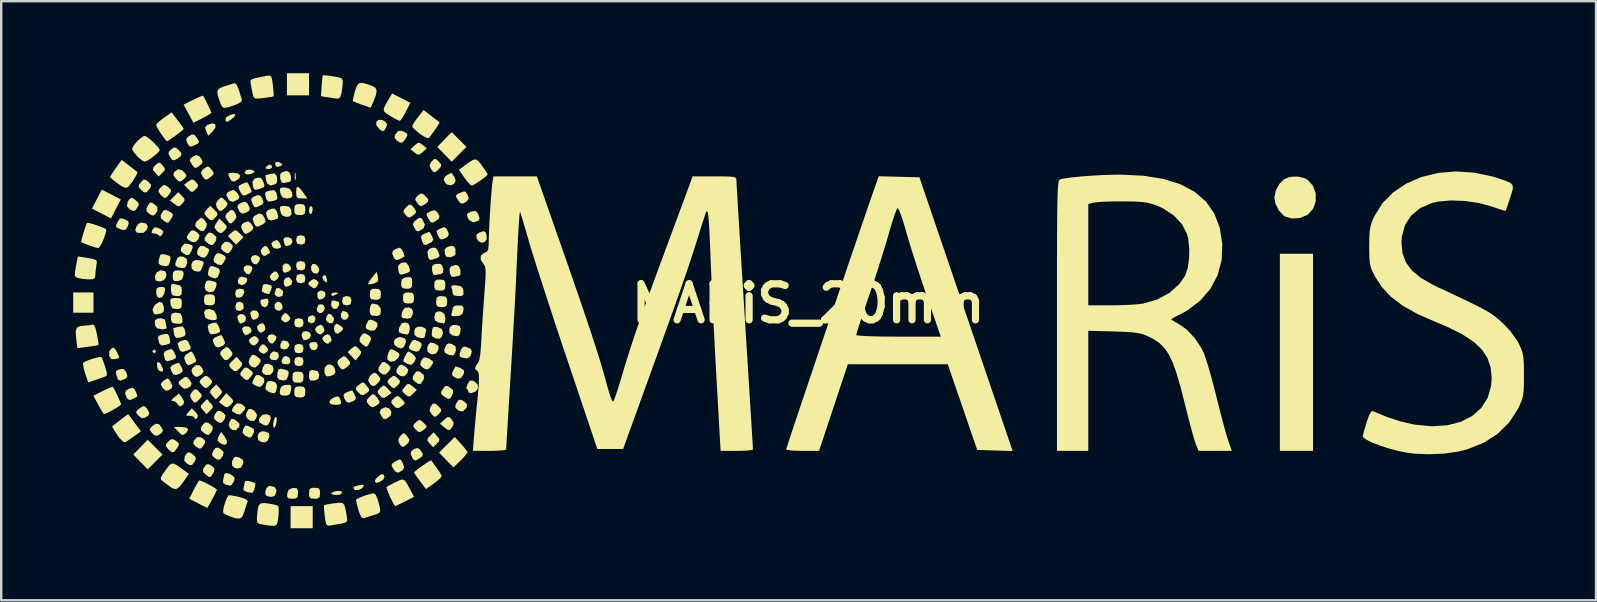
<source format=kicad_pcb>
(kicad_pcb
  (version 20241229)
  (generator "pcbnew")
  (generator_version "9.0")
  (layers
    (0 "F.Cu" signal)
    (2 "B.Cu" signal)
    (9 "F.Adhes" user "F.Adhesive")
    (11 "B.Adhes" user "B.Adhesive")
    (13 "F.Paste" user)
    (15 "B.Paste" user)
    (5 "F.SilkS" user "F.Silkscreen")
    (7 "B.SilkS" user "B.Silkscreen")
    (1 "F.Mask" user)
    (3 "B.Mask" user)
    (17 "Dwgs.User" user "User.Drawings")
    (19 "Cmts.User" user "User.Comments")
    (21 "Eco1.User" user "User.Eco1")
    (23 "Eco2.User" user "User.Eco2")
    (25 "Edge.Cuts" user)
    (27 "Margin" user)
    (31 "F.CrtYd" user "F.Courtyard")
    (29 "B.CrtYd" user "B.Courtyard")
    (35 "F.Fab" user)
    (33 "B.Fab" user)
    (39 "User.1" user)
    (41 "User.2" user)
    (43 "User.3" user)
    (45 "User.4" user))
  (footprint "MARiS_20mm"
    (layer "F.Cu")
    (at 30.618 9.592)
    (property "Reference" "MARiS_20mm" (at 0 0 0) (layer "F.SilkS") (effects (font (size 1.5 1.5) (thickness 0.3))))
    (attr board_only exclude_from_pos_files exclude_from_bom)
    (fp_poly (pts (xy -20.067 -1.076) (xy -20.039 -0.915) (xy -20.084 -0.875) (xy -20.183 -0.961) (xy -20.24 -1.092) (xy -20.202 -1.162) (xy -20.124 -1.182)) (stroke (width 0) (type solid)) (fill yes) (layer "F.SilkS"))
    (fp_poly (pts (xy -29.774 -0.038) (xy -29.774 0.384) (xy -30.196 0.384) (xy -30.618 0.384) (xy -30.618 -0.038) (xy -30.618 -0.46) (xy -30.196 -0.46) (xy -29.774 -0.46)) (stroke (width 0) (type solid)) (fill yes) (layer "F.SilkS"))
    (fp_poly (pts (xy -29.033 -4.54) (xy -28.637 -4.336) (xy -28.841 -3.94) (xy -29.045 -3.544) (xy -29.441 -3.748) (xy -29.837 -3.952) (xy -29.633 -4.348) (xy -29.429 -4.744)) (stroke (width 0) (type solid)) (fill yes) (layer "F.SilkS"))
    (fp_poly (pts (xy -27.207 5.984) (xy -26.899 6.292) (xy -27.207 6.601) (xy -27.515 6.909) (xy -27.816 6.601) (xy -28.117 6.292) (xy -27.816 5.984) (xy -27.515 5.676)) (stroke (width 0) (type solid)) (fill yes) (layer "F.SilkS"))
    (fp_poly (pts (xy -27.167 1.977) (xy -27.165 1.995) (xy -27.223 2.07) (xy -27.242 2.072) (xy -27.316 2.014) (xy -27.318 1.995) (xy -27.26 1.921) (xy -27.242 1.918)) (stroke (width 0) (type solid)) (fill yes) (layer "F.SilkS"))
    (fp_poly (pts (xy -22.35 -5.748) (xy -22.331 -5.674) (xy -22.395 -5.617) (xy -22.493 -5.602) (xy -22.604 -5.619) (xy -22.582 -5.69) (xy -22.561 -5.716) (xy -22.443 -5.789)) (stroke (width 0) (type solid)) (fill yes) (layer "F.SilkS"))
    (fp_poly (pts (xy -21.96 -5.842) (xy -21.904 -5.779) (xy -21.985 -5.728) (xy -22.116 -5.685) (xy -22.173 -5.718) (xy -22.205 -5.794) (xy -22.195 -5.888) (xy -22.091 -5.9)) (stroke (width 0) (type solid)) (fill yes) (layer "F.SilkS"))
    (fp_poly (pts (xy -21.357 -5.429) (xy -21.345 -5.235) (xy -21.357 -5.161) (xy -21.379 -5.137) (xy -21.391 -5.243) (xy -21.392 -5.295) (xy -21.384 -5.434) (xy -21.364 -5.451)) (stroke (width 0) (type solid)) (fill yes) (layer "F.SilkS"))
    (fp_poly (pts (xy -20.796 -9.132) (xy -20.796 -8.671) (xy -21.256 -8.671) (xy -21.717 -8.671) (xy -21.717 -9.132) (xy -21.717 -9.592) (xy -21.256 -9.592) (xy -20.796 -9.592)) (stroke (width 0) (type solid)) (fill yes) (layer "F.SilkS"))
    (fp_poly (pts (xy -20.656 -4.003) (xy -20.642 -3.918) (xy -20.678 -3.771) (xy -20.719 -3.722) (xy -20.776 -3.749) (xy -20.796 -3.871) (xy -20.77 -4.017) (xy -20.719 -4.067)) (stroke (width 0) (type solid)) (fill yes) (layer "F.SilkS"))
    (fp_poly (pts (xy -20.642 8.902) (xy -20.642 9.362) (xy -21.103 9.362) (xy -21.563 9.362) (xy -21.563 8.902) (xy -21.563 8.441) (xy -21.103 8.441) (xy -20.642 8.441)) (stroke (width 0) (type solid)) (fill yes) (layer "F.SilkS"))
    (fp_poly (pts (xy -19.59 -0.447) (xy -19.618 -0.402) (xy -19.645 -0.384) (xy -19.804 -0.312) (xy -19.873 -0.358) (xy -19.875 -0.384) (xy -19.81 -0.443) (xy -19.702 -0.459)) (stroke (width 0) (type solid)) (fill yes) (layer "F.SilkS"))
    (fp_poly (pts (xy -14.545 -6.831) (xy -14.237 -6.523) (xy -14.545 -6.214) (xy -14.853 -5.906) (xy -15.154 -6.214) (xy -15.455 -6.523) (xy -15.154 -6.831) (xy -14.853 -7.139)) (stroke (width 0) (type solid)) (fill yes) (layer "F.SilkS"))
    (fp_poly (pts (xy 21.026 2.034) (xy 21.026 6.139) (xy 20.335 6.139) (xy 19.645 6.139) (xy 19.645 2.034) (xy 19.645 -2.072) (xy 20.335 -2.072) (xy 21.026 -2.072)) (stroke (width 0) (type solid)) (fill yes) (layer "F.SilkS"))
    (fp_poly (pts (xy -27.005 2.48) (xy -26.965 2.541) (xy -26.876 2.727) (xy -26.88 2.817) (xy -26.964 2.839) (xy -27.065 2.775) (xy -27.114 2.672) (xy -27.133 2.496) (xy -27.089 2.425)) (stroke (width 0) (type solid)) (fill yes) (layer "F.SilkS"))
    (fp_poly (pts (xy -25.914 5.166) (xy -25.826 5.238) (xy -25.883 5.358) (xy -25.926 5.4) (xy -26.029 5.474) (xy -26.117 5.455) (xy -26.244 5.333) (xy -26.424 5.141) (xy -26.147 5.141)) (stroke (width 0) (type solid)) (fill yes) (layer "F.SilkS"))
    (fp_poly (pts (xy -23.813 -3.04) (xy -23.692 -2.93) (xy -23.524 -2.763) (xy -23.68 -2.607) (xy -23.835 -2.452) (xy -24.005 -2.633) (xy -24.175 -2.813) (xy -24.017 -2.956) (xy -23.9 -3.048)) (stroke (width 0) (type solid)) (fill yes) (layer "F.SilkS"))
    (fp_poly (pts (xy -23.572 -0.028) (xy -23.528 0.045) (xy -23.517 0.213) (xy -23.634 0.299) (xy -23.716 0.307) (xy -23.834 0.26) (xy -23.865 0.115) (xy -23.812 -0.031) (xy -23.694 -0.083)) (stroke (width 0) (type solid)) (fill yes) (layer "F.SilkS"))
    (fp_poly (pts (xy -21.955 -0.014) (xy -21.895 0.123) (xy -21.913 0.237) (xy -22.026 0.304) (xy -22.162 0.272) (xy -22.225 0.196) (xy -22.228 0.033) (xy -22.125 -0.067) (xy -22.066 -0.077)) (stroke (width 0) (type solid)) (fill yes) (layer "F.SilkS"))
    (fp_poly (pts (xy -20.54 0.57) (xy -20.527 0.658) (xy -20.582 0.785) (xy -20.701 0.83) (xy -20.816 0.777) (xy -20.846 0.727) (xy -20.837 0.583) (xy -20.788 0.531) (xy -20.63 0.485)) (stroke (width 0) (type solid)) (fill yes) (layer "F.SilkS"))
    (fp_poly (pts (xy -20.472 1.625) (xy -20.427 1.736) (xy -20.46 1.88) (xy -20.567 1.949) (xy -20.691 1.927) (xy -20.762 1.828) (xy -20.79 1.69) (xy -20.73 1.628) (xy -20.604 1.6)) (stroke (width 0) (type solid)) (fill yes) (layer "F.SilkS"))
    (fp_poly (pts (xy -20.199 0.065) (xy -20.137 0.173) (xy -20.173 0.303) (xy -20.276 0.392) (xy -20.359 0.399) (xy -20.467 0.315) (xy -20.474 0.211) (xy -20.404 0.052) (xy -20.272 0.03)) (stroke (width 0) (type solid)) (fill yes) (layer "F.SilkS"))
    (fp_poly (pts (xy -19.207 0.368) (xy -19.142 0.498) (xy -19.152 0.562) (xy -19.252 0.673) (xy -19.38 0.672) (xy -19.462 0.579) (xy -19.469 0.433) (xy -19.404 0.325) (xy -19.352 0.308)) (stroke (width 0) (type solid)) (fill yes) (layer "F.SilkS"))
    (fp_poly (pts (xy -26.088 -4.482) (xy -25.984 -4.363) (xy -25.988 -4.273) (xy -26.072 -4.165) (xy -26.178 -4.059) (xy -26.265 -4.054) (xy -26.401 -4.147) (xy -26.589 -4.29) (xy -26.417 -4.464) (xy -26.244 -4.638)) (stroke (width 0) (type solid)) (fill yes) (layer "F.SilkS"))
    (fp_poly (pts (xy -24.901 4.144) (xy -24.806 4.265) (xy -24.816 4.352) (xy -24.911 4.456) (xy -25.064 4.61) (xy -25.208 4.451) (xy -25.304 4.329) (xy -25.293 4.242) (xy -25.198 4.138) (xy -25.045 3.985)) (stroke (width 0) (type solid)) (fill yes) (layer "F.SilkS"))
    (fp_poly (pts (xy -24.699 -7.463) (xy -24.691 -7.34) (xy -24.81 -7.166) (xy -24.822 -7.154) (xy -24.994 -6.988) (xy -25.08 -7.176) (xy -25.125 -7.325) (xy -25.068 -7.413) (xy -25.019 -7.442) (xy -24.815 -7.507)) (stroke (width 0) (type solid)) (fill yes) (layer "F.SilkS"))
    (fp_poly (pts (xy -24.518 3.53) (xy -24.422 3.651) (xy -24.433 3.739) (xy -24.527 3.842) (xy -24.681 3.996) (xy -24.824 3.837) (xy -24.92 3.715) (xy -24.909 3.628) (xy -24.815 3.524) (xy -24.661 3.371)) (stroke (width 0) (type solid)) (fill yes) (layer "F.SilkS"))
    (fp_poly (pts (xy -24.318 5.532) (xy -24.217 5.722) (xy -24.226 5.851) (xy -24.327 5.891) (xy -24.499 5.816) (xy -24.511 5.808) (xy -24.605 5.709) (xy -24.588 5.59) (xy -24.556 5.526) (xy -24.46 5.347)) (stroke (width 0) (type solid)) (fill yes) (layer "F.SilkS"))
    (fp_poly (pts (xy -23.868 -7.846) (xy -23.925 -7.764) (xy -24.052 -7.657) (xy -24.186 -7.573) (xy -24.252 -7.587) (xy -24.278 -7.64) (xy -24.252 -7.756) (xy -24.127 -7.83) (xy -23.954 -7.891) (xy -23.881 -7.894)) (stroke (width 0) (type solid)) (fill yes) (layer "F.SilkS"))
    (fp_poly (pts (xy -23.504 0.464) (xy -23.426 0.575) (xy -23.433 0.709) (xy -23.493 0.776) (xy -23.634 0.838) (xy -23.716 0.78) (xy -23.742 0.723) (xy -23.784 0.556) (xy -23.726 0.47) (xy -23.638 0.439)) (stroke (width 0) (type solid)) (fill yes) (layer "F.SilkS"))
    (fp_poly (pts (xy -23.244 -1.576) (xy -23.2 -1.552) (xy -23.149 -1.471) (xy -23.2 -1.329) (xy -23.284 -1.216) (xy -23.379 -1.231) (xy -23.425 -1.262) (xy -23.524 -1.395) (xy -23.504 -1.519) (xy -23.4 -1.594)) (stroke (width 0) (type solid)) (fill yes) (layer "F.SilkS"))
    (fp_poly (pts (xy -23.164 -5.56) (xy -23.058 -5.509) (xy -23.092 -5.451) (xy -23.107 -5.441) (xy -23.26 -5.383) (xy -23.406 -5.381) (xy -23.48 -5.433) (xy -23.482 -5.444) (xy -23.419 -5.552) (xy -23.262 -5.58)) (stroke (width 0) (type solid)) (fill yes) (layer "F.SilkS"))
    (fp_poly (pts (xy -23.065 4.476) (xy -22.965 4.618) (xy -22.979 4.744) (xy -23.075 4.888) (xy -23.225 4.888) (xy -23.345 4.815) (xy -23.427 4.689) (xy -23.4 4.547) (xy -23.316 4.403) (xy -23.204 4.393)) (stroke (width 0) (type solid)) (fill yes) (layer "F.SilkS"))
    (fp_poly (pts (xy -22.966 0.31) (xy -22.889 0.421) (xy -22.895 0.555) (xy -22.955 0.622) (xy -23.097 0.684) (xy -23.179 0.626) (xy -23.205 0.569) (xy -23.247 0.402) (xy -23.189 0.317) (xy -23.101 0.285)) (stroke (width 0) (type solid)) (fill yes) (layer "F.SilkS"))
    (fp_poly (pts (xy -22.935 -1.99) (xy -22.835 -1.9) (xy -22.865 -1.771) (xy -22.869 -1.762) (xy -22.978 -1.629) (xy -23.094 -1.647) (xy -23.175 -1.727) (xy -23.225 -1.871) (xy -23.163 -1.983) (xy -23.028 -2.02)) (stroke (width 0) (type solid)) (fill yes) (layer "F.SilkS"))
    (fp_poly (pts (xy -22.656 0.888) (xy -22.643 0.91) (xy -22.613 1.07) (xy -22.656 1.139) (xy -22.787 1.222) (xy -22.893 1.159) (xy -22.936 1.089) (xy -22.962 0.957) (xy -22.865 0.86) (xy -22.739 0.812)) (stroke (width 0) (type solid)) (fill yes) (layer "F.SilkS"))
    (fp_poly (pts (xy -22.246 1.308) (xy -22.149 1.389) (xy -22.175 1.5) (xy -22.196 1.537) (xy -22.303 1.667) (xy -22.399 1.659) (xy -22.484 1.573) (xy -22.534 1.429) (xy -22.472 1.316) (xy -22.338 1.279)) (stroke (width 0) (type solid)) (fill yes) (layer "F.SilkS"))
    (fp_poly (pts (xy -22.156 4.729) (xy -22.139 4.855) (xy -22.166 5.03) (xy -22.22 5.159) (xy -22.272 5.174) (xy -22.274 5.17) (xy -22.292 5.044) (xy -22.265 4.869) (xy -22.211 4.74) (xy -22.159 4.725)) (stroke (width 0) (type solid)) (fill yes) (layer "F.SilkS"))
    (fp_poly (pts (xy -22.089 2.046) (xy -22.05 2.185) (xy -22.07 2.257) (xy -22.168 2.362) (xy -22.345 2.344) (xy -22.38 2.331) (xy -22.441 2.243) (xy -22.413 2.117) (xy -22.323 2.016) (xy -22.249 1.995)) (stroke (width 0) (type solid)) (fill yes) (layer "F.SilkS"))
    (fp_poly (pts (xy -21.687 1.583) (xy -21.613 1.707) (xy -21.619 1.77) (xy -21.709 1.883) (xy -21.852 1.919) (xy -21.973 1.859) (xy -21.981 1.849) (xy -21.994 1.728) (xy -21.946 1.596) (xy -21.868 1.535)) (stroke (width 0) (type solid)) (fill yes) (layer "F.SilkS"))
    (fp_poly (pts (xy -21.673 -1.656) (xy -21.569 -1.546) (xy -21.539 -1.426) (xy -21.631 -1.341) (xy -21.674 -1.321) (xy -21.812 -1.278) (xy -21.878 -1.34) (xy -21.898 -1.403) (xy -21.892 -1.576) (xy -21.801 -1.667)) (stroke (width 0) (type solid)) (fill yes) (layer "F.SilkS"))
    (fp_poly (pts (xy -21.618 2.25) (xy -21.577 2.36) (xy -21.587 2.488) (xy -21.694 2.53) (xy -21.755 2.532) (xy -21.902 2.509) (xy -21.938 2.412) (xy -21.933 2.36) (xy -21.857 2.215) (xy -21.755 2.187)) (stroke (width 0) (type solid)) (fill yes) (layer "F.SilkS"))
    (fp_poly (pts (xy -21.591 -1.066) (xy -21.495 -0.922) (xy -21.528 -0.79) (xy -21.608 -0.737) (xy -21.747 -0.696) (xy -21.812 -0.737) (xy -21.843 -0.807) (xy -21.845 -0.955) (xy -21.765 -1.067) (xy -21.647 -1.094)) (stroke (width 0) (type solid)) (fill yes) (layer "F.SilkS"))
    (fp_poly (pts (xy -21.532 -2.71) (xy -21.48 -2.592) (xy -21.535 -2.47) (xy -21.608 -2.425) (xy -21.735 -2.385) (xy -21.792 -2.424) (xy -21.824 -2.5) (xy -21.865 -2.672) (xy -21.803 -2.749) (xy -21.678 -2.763)) (stroke (width 0) (type solid)) (fill yes) (layer "F.SilkS"))
    (fp_poly (pts (xy -21.157 -4.775) (xy -21.024 -4.602) (xy -20.862 -4.374) (xy -21.097 -4.374) (xy -21.255 -4.388) (xy -21.32 -4.461) (xy -21.333 -4.64) (xy -21.333 -4.647) (xy -21.317 -4.821) (xy -21.262 -4.864)) (stroke (width 0) (type solid)) (fill yes) (layer "F.SilkS"))
    (fp_poly (pts (xy -20.138 -0.482) (xy -20.106 -0.361) (xy -20.163 -0.24) (xy -20.227 -0.2) (xy -20.354 -0.16) (xy -20.411 -0.199) (xy -20.442 -0.276) (xy -20.454 -0.443) (xy -20.337 -0.529) (xy -20.254 -0.537)) (stroke (width 0) (type solid)) (fill yes) (layer "F.SilkS"))
    (fp_poly (pts (xy -19.894 0.449) (xy -19.851 0.479) (xy -19.754 0.62) (xy -19.764 0.712) (xy -19.835 0.827) (xy -19.944 0.817) (xy -20.024 0.772) (xy -20.094 0.67) (xy -20.061 0.54) (xy -19.989 0.429)) (stroke (width 0) (type solid)) (fill yes) (layer "F.SilkS"))
    (fp_poly (pts (xy -19.467 7.811) (xy -19.415 7.879) (xy -19.483 7.956) (xy -19.645 7.981) (xy -19.806 7.961) (xy -19.875 7.913) (xy -19.875 7.913) (xy -19.808 7.855) (xy -19.648 7.811) (xy -19.645 7.811)) (stroke (width 0) (type solid)) (fill yes) (layer "F.SilkS"))
    (fp_poly (pts (xy -18.822 1.796) (xy -18.726 1.885) (xy -18.628 2) (xy -18.636 2.092) (xy -18.719 2.202) (xy -18.858 2.371) (xy -19.022 2.196) (xy -19.187 2.021) (xy -19.029 1.879) (xy -18.908 1.783)) (stroke (width 0) (type solid)) (fill yes) (layer "F.SilkS"))
    (fp_poly (pts (xy -17.648 7.213) (xy -17.709 7.339) (xy -17.836 7.427) (xy -17.986 7.474) (xy -18.052 7.427) (xy -18.053 7.422) (xy -18.023 7.317) (xy -17.916 7.198) (xy -17.789 7.115) (xy -17.707 7.11)) (stroke (width 0) (type solid)) (fill yes) (layer "F.SilkS"))
    (fp_poly (pts (xy -16.061 -6.604) (xy -15.892 -6.466) (xy -16.061 -6.308) (xy -16.188 -6.204) (xy -16.282 -6.204) (xy -16.399 -6.288) (xy -16.568 -6.426) (xy -16.399 -6.584) (xy -16.272 -6.688) (xy -16.178 -6.688)) (stroke (width 0) (type solid)) (fill yes) (layer "F.SilkS"))
    (fp_poly (pts (xy -15.463 5.525) (xy -15.367 5.646) (xy -15.378 5.734) (xy -15.472 5.837) (xy -15.626 5.991) (xy -15.769 5.832) (xy -15.865 5.711) (xy -15.854 5.623) (xy -15.76 5.52) (xy -15.606 5.366)) (stroke (width 0) (type solid)) (fill yes) (layer "F.SilkS"))
    (fp_poly (pts (xy -27.585 -3.331) (xy -27.508 -3.214) (xy -27.543 -3.079) (xy -27.691 -2.943) (xy -27.907 -2.939) (xy -27.986 -2.966) (xy -28.033 -3.049) (xy -27.998 -3.184) (xy -27.911 -3.311) (xy -27.798 -3.375) (xy -27.786 -3.375)) (stroke (width 0) (type solid)) (fill yes) (layer "F.SilkS"))
    (fp_poly (pts (xy -26.998 -5.858) (xy -26.896 -5.755) (xy -26.801 -5.634) (xy -26.811 -5.547) (xy -26.906 -5.443) (xy -27.06 -5.289) (xy -27.203 -5.448) (xy -27.299 -5.57) (xy -27.288 -5.657) (xy -27.194 -5.761) (xy -27.078 -5.864)) (stroke (width 0) (type solid)) (fill yes) (layer "F.SilkS"))
    (fp_poly (pts (xy -26.791 -1.346) (xy -26.734 -1.227) (xy -26.756 -1.088) (xy -26.848 -0.97) (xy -27.003 -0.915) (xy -27.149 -0.94) (xy -27.195 -0.984) (xy -27.218 -1.144) (xy -27.138 -1.298) (xy -26.995 -1.379) (xy -26.969 -1.381)) (stroke (width 0) (type solid)) (fill yes) (layer "F.SilkS"))
    (fp_poly (pts (xy -26.032 -1.945) (xy -25.89 -1.862) (xy -25.869 -1.706) (xy -25.907 -1.579) (xy -25.969 -1.49) (xy -26.087 -1.474) (xy -26.266 -1.512) (xy -26.364 -1.583) (xy -26.354 -1.714) (xy -26.275 -1.9) (xy -26.167 -1.964)) (stroke (width 0) (type solid)) (fill yes) (layer "F.SilkS"))
    (fp_poly (pts (xy -25.356 2.573) (xy -25.242 2.694) (xy -25.192 2.839) (xy -25.254 2.939) (xy -25.29 2.967) (xy -25.443 3.057) (xy -25.55 3.035) (xy -25.636 2.948) (xy -25.695 2.8) (xy -25.656 2.699) (xy -25.511 2.566)) (stroke (width 0) (type solid)) (fill yes) (layer "F.SilkS"))
    (fp_poly (pts (xy -24.754 0.292) (xy -24.651 0.476) (xy -24.634 0.633) (xy -24.693 0.686) (xy -24.834 0.693) (xy -24.992 0.66) (xy -25.106 0.596) (xy -25.123 0.569) (xy -25.17 0.365) (xy -25.105 0.258) (xy -24.949 0.23)) (stroke (width 0) (type solid)) (fill yes) (layer "F.SilkS"))
    (fp_poly (pts (xy -24.735 -3.902) (xy -24.618 -3.777) (xy -24.609 -3.69) (xy -24.683 -3.593) (xy -24.813 -3.476) (xy -24.919 -3.481) (xy -25.055 -3.607) (xy -25.148 -3.727) (xy -25.134 -3.818) (xy -25.054 -3.915) (xy -24.914 -4.069)) (stroke (width 0) (type solid)) (fill yes) (layer "F.SilkS"))
    (fp_poly (pts (xy -24.353 -3.366) (xy -24.236 -3.242) (xy -24.225 -3.154) (xy -24.299 -3.056) (xy -24.429 -2.938) (xy -24.533 -2.942) (xy -24.649 -3.042) (xy -24.731 -3.147) (xy -24.715 -3.251) (xy -24.655 -3.352) (xy -24.534 -3.536)) (stroke (width 0) (type solid)) (fill yes) (layer "F.SilkS"))
    (fp_poly (pts (xy -24.075 3.9) (xy -23.964 4.022) (xy -23.959 4.104) (xy -24.056 4.214) (xy -24.059 4.217) (xy -24.179 4.318) (xy -24.277 4.309) (xy -24.379 4.236) (xy -24.547 4.105) (xy -24.394 3.92) (xy -24.241 3.734)) (stroke (width 0) (type solid)) (fill yes) (layer "F.SilkS"))
    (fp_poly (pts (xy -23.942 4.811) (xy -23.826 4.881) (xy -23.699 4.991) (xy -23.694 5.102) (xy -23.716 5.149) (xy -23.847 5.279) (xy -24.002 5.262) (xy -24.091 5.185) (xy -24.143 5.048) (xy -24.098 4.916) (xy -24.027 4.811)) (stroke (width 0) (type solid)) (fill yes) (layer "F.SilkS"))
    (fp_poly (pts (xy -23.746 -5.414) (xy -23.659 -5.327) (xy -23.704 -5.211) (xy -23.753 -5.168) (xy -23.914 -5.076) (xy -24.019 -5.105) (xy -24.093 -5.213) (xy -24.161 -5.368) (xy -24.124 -5.434) (xy -23.959 -5.448) (xy -23.947 -5.448)) (stroke (width 0) (type solid)) (fill yes) (layer "F.SilkS"))
    (fp_poly (pts (xy -23.674 2.378) (xy -23.581 2.499) (xy -23.594 2.59) (xy -23.673 2.686) (xy -23.811 2.813) (xy -23.916 2.816) (xy -24.045 2.699) (xy -24.123 2.593) (xy -24.103 2.505) (xy -23.993 2.391) (xy -23.814 2.223)) (stroke (width 0) (type solid)) (fill yes) (layer "F.SilkS"))
    (fp_poly (pts (xy -23.524 -0.589) (xy -23.491 -0.488) (xy -23.495 -0.441) (xy -23.583 -0.286) (xy -23.693 -0.244) (xy -23.822 -0.254) (xy -23.864 -0.364) (xy -23.865 -0.417) (xy -23.836 -0.565) (xy -23.717 -0.612) (xy -23.668 -0.614)) (stroke (width 0) (type solid)) (fill yes) (layer "F.SilkS"))
    (fp_poly (pts (xy -23.304 0.956) (xy -23.243 1.009) (xy -23.183 1.135) (xy -23.23 1.22) (xy -23.318 1.281) (xy -23.435 1.325) (xy -23.513 1.252) (xy -23.545 1.188) (xy -23.588 1.047) (xy -23.527 0.977) (xy -23.468 0.955)) (stroke (width 0) (type solid)) (fill yes) (layer "F.SilkS"))
    (fp_poly (pts (xy -22.978 1.396) (xy -22.951 1.42) (xy -22.882 1.53) (xy -22.941 1.646) (xy -23.069 1.754) (xy -23.185 1.719) (xy -23.253 1.647) (xy -23.306 1.54) (xy -23.234 1.444) (xy -23.205 1.422) (xy -23.077 1.353)) (stroke (width 0) (type solid)) (fill yes) (layer "F.SilkS"))
    (fp_poly (pts (xy -22.609 5.338) (xy -22.464 5.399) (xy -22.44 5.504) (xy -22.452 5.553) (xy -22.528 5.727) (xy -22.642 5.783) (xy -22.772 5.773) (xy -22.912 5.691) (xy -22.938 5.532) (xy -22.878 5.386) (xy -22.75 5.321)) (stroke (width 0) (type solid)) (fill yes) (layer "F.SilkS"))
    (fp_poly (pts (xy -22.514 -0.197) (xy -22.484 -0.075) (xy -22.484 -0.047) (xy -22.534 0.107) (xy -22.646 0.159) (xy -22.762 0.102) (xy -22.813 0) (xy -22.82 -0.122) (xy -22.79 -0.153) (xy -22.669 -0.179) (xy -22.605 -0.2)) (stroke (width 0) (type solid)) (fill yes) (layer "F.SilkS"))
    (fp_poly (pts (xy -22.487 2.509) (xy -22.312 2.595) (xy -22.27 2.742) (xy -22.292 2.84) (xy -22.399 2.967) (xy -22.573 2.981) (xy -22.698 2.928) (xy -22.758 2.832) (xy -22.721 2.666) (xy -22.633 2.523) (xy -22.502 2.506)) (stroke (width 0) (type solid)) (fill yes) (layer "F.SilkS"))
    (fp_poly (pts (xy -22.237 7.638) (xy -22.154 7.765) (xy -22.159 7.869) (xy -22.235 8.02) (xy -22.373 8.057) (xy -22.532 8.027) (xy -22.6 7.98) (xy -22.62 7.841) (xy -22.568 7.69) (xy -22.472 7.601) (xy -22.447 7.597)) (stroke (width 0) (type solid)) (fill yes) (layer "F.SilkS"))
    (fp_poly (pts (xy -22.144 -1.314) (xy -22.102 -1.268) (xy -22.044 -1.145) (xy -22.1 -1.036) (xy -22.228 -0.931) (xy -22.345 -0.969) (xy -22.398 -1.024) (xy -22.435 -1.132) (xy -22.343 -1.255) (xy -22.341 -1.256) (xy -22.225 -1.341)) (stroke (width 0) (type solid)) (fill yes) (layer "F.SilkS"))
    (fp_poly (pts (xy -22.034 -2.551) (xy -22.027 -2.538) (xy -21.958 -2.39) (xy -21.983 -2.32) (xy -22.101 -2.28) (xy -22.264 -2.302) (xy -22.332 -2.383) (xy -22.363 -2.512) (xy -22.261 -2.605) (xy -22.258 -2.607) (xy -22.125 -2.643)) (stroke (width 0) (type solid)) (fill yes) (layer "F.SilkS"))
    (fp_poly (pts (xy -22.024 -0.636) (xy -21.899 -0.545) (xy -21.87 -0.456) (xy -21.908 -0.31) (xy -22.037 -0.275) (xy -22.125 -0.289) (xy -22.226 -0.362) (xy -22.221 -0.435) (xy -22.181 -0.574) (xy -22.177 -0.613) (xy -22.116 -0.647)) (stroke (width 0) (type solid)) (fill yes) (layer "F.SilkS"))
    (fp_poly (pts (xy -21.727 0.421) (xy -21.661 0.483) (xy -21.575 0.595) (xy -21.605 0.685) (xy -21.643 0.724) (xy -21.762 0.794) (xy -21.881 0.741) (xy -21.964 0.651) (xy -21.932 0.547) (xy -21.9 0.5) (xy -21.809 0.399)) (stroke (width 0) (type solid)) (fill yes) (layer "F.SilkS"))
    (fp_poly (pts (xy -21.606 -5.458) (xy -21.547 -5.295) (xy -21.548 -5.116) (xy -21.609 -5.065) (xy -21.764 -5.038) (xy -21.822 -5.019) (xy -21.927 -5.036) (xy -21.992 -5.181) (xy -21.999 -5.378) (xy -21.938 -5.455) (xy -21.741 -5.526)) (stroke (width 0) (type solid)) (fill yes) (layer "F.SilkS"))
    (fp_poly (pts (xy -20.765 1.204) (xy -20.713 1.322) (xy -20.767 1.444) (xy -20.84 1.488) (xy -20.961 1.529) (xy -21.019 1.514) (xy -21.052 1.484) (xy -21.096 1.371) (xy -21.103 1.292) (xy -21.05 1.179) (xy -20.911 1.151)) (stroke (width 0) (type solid)) (fill yes) (layer "F.SilkS"))
    (fp_poly (pts (xy -20.536 -1.643) (xy -20.424 -1.55) (xy -20.369 -1.418) (xy -20.378 -1.36) (xy -20.442 -1.252) (xy -20.547 -1.251) (xy -20.623 -1.279) (xy -20.701 -1.378) (xy -20.714 -1.53) (xy -20.655 -1.642) (xy -20.654 -1.643)) (stroke (width 0) (type solid)) (fill yes) (layer "F.SilkS"))
    (fp_poly (pts (xy -20.238 0.925) (xy -20.203 0.969) (xy -20.149 1.111) (xy -20.193 1.202) (xy -20.313 1.296) (xy -20.43 1.251) (xy -20.496 1.181) (xy -20.554 1.073) (xy -20.491 0.981) (xy -20.448 0.948) (xy -20.324 0.88)) (stroke (width 0) (type solid)) (fill yes) (layer "F.SilkS"))
    (fp_poly (pts (xy -19.935 1.328) (xy -19.908 1.364) (xy -19.853 1.513) (xy -19.891 1.592) (xy -20.009 1.681) (xy -20.127 1.631) (xy -20.189 1.565) (xy -20.248 1.455) (xy -20.182 1.363) (xy -20.148 1.336) (xy -20.025 1.273)) (stroke (width 0) (type solid)) (fill yes) (layer "F.SilkS"))
    (fp_poly (pts (xy -19.786 2.604) (xy -19.727 2.705) (xy -19.693 2.864) (xy -19.763 2.961) (xy -19.93 3.027) (xy -20.062 3.037) (xy -20.133 2.939) (xy -20.151 2.874) (xy -20.147 2.685) (xy -20.054 2.565) (xy -19.919 2.532)) (stroke (width 0) (type solid)) (fill yes) (layer "F.SilkS"))
    (fp_poly (pts (xy -19.754 -0.123) (xy -19.612 -0.082) (xy -19.569 -0.077) (xy -19.534 -0.015) (xy -19.546 0.077) (xy -19.633 0.211) (xy -19.754 0.23) (xy -19.852 0.142) (xy -19.875 0.03) (xy -19.852 -0.111) (xy -19.771 -0.129)) (stroke (width 0) (type solid)) (fill yes) (layer "F.SilkS"))
    (fp_poly (pts (xy -18.507 7.599) (xy -18.509 7.605) (xy -18.598 7.706) (xy -18.745 7.769) (xy -18.879 7.772) (xy -18.921 7.742) (xy -18.95 7.67) (xy -18.9 7.623) (xy -18.738 7.576) (xy -18.697 7.566) (xy -18.541 7.547)) (stroke (width 0) (type solid)) (fill yes) (layer "F.SilkS"))
    (fp_poly (pts (xy -17.931 -1.14) (xy -17.916 -0.983) (xy -17.94 -0.912) (xy -18.056 -0.846) (xy -18.202 -0.803) (xy -18.314 -0.797) (xy -18.337 -0.82) (xy -18.291 -0.916) (xy -18.18 -1.07) (xy -18.156 -1.1) (xy -17.978 -1.318)) (stroke (width 0) (type solid)) (fill yes) (layer "F.SilkS"))
    (fp_poly (pts (xy -17.741 -7.641) (xy -17.63 -7.578) (xy -17.548 -7.483) (xy -17.572 -7.361) (xy -17.601 -7.305) (xy -17.678 -7.185) (xy -17.754 -7.182) (xy -17.87 -7.267) (xy -17.993 -7.427) (xy -17.994 -7.567) (xy -17.9 -7.651)) (stroke (width 0) (type solid)) (fill yes) (layer "F.SilkS"))
    (fp_poly (pts (xy -17.456 4.373) (xy -17.367 4.498) (xy -17.383 4.649) (xy -17.46 4.73) (xy -17.606 4.82) (xy -17.699 4.798) (xy -17.791 4.671) (xy -17.853 4.53) (xy -17.806 4.423) (xy -17.777 4.392) (xy -17.616 4.318)) (stroke (width 0) (type solid)) (fill yes) (layer "F.SilkS"))
    (fp_poly (pts (xy -16.924 1.412) (xy -16.781 1.472) (xy -16.757 1.578) (xy -16.771 1.633) (xy -16.848 1.816) (xy -16.951 1.871) (xy -17.093 1.836) (xy -17.237 1.727) (xy -17.265 1.587) (xy -17.195 1.464) (xy -17.045 1.401)) (stroke (width 0) (type solid)) (fill yes) (layer "F.SilkS"))
    (fp_poly (pts (xy -16.487 3.449) (xy -16.307 3.597) (xy -16.466 3.759) (xy -16.587 3.867) (xy -16.677 3.867) (xy -16.79 3.783) (xy -16.9 3.677) (xy -16.9 3.592) (xy -16.81 3.473) (xy -16.703 3.358) (xy -16.618 3.352)) (stroke (width 0) (type solid)) (fill yes) (layer "F.SilkS"))
    (fp_poly (pts (xy -14.546 -1.545) (xy -14.487 -1.381) (xy -14.488 -1.202) (xy -14.549 -1.151) (xy -14.704 -1.125) (xy -14.762 -1.106) (xy -14.867 -1.122) (xy -14.933 -1.267) (xy -14.939 -1.464) (xy -14.878 -1.542) (xy -14.682 -1.613)) (stroke (width 0) (type solid)) (fill yes) (layer "F.SilkS"))
    (fp_poly (pts (xy -13.443 -2.966) (xy -13.4 -2.862) (xy -13.392 -2.68) (xy -13.478 -2.563) (xy -13.612 -2.531) (xy -13.745 -2.602) (xy -13.807 -2.705) (xy -13.831 -2.841) (xy -13.746 -2.93) (xy -13.67 -2.967) (xy -13.52 -3.016)) (stroke (width 0) (type solid)) (fill yes) (layer "F.SilkS"))
    (fp_poly (pts (xy -28.869 1.902) (xy -28.79 2.036) (xy -28.722 2.18) (xy -28.7 2.258) (xy -28.765 2.29) (xy -28.886 2.32) (xy -29.035 2.316) (xy -29.11 2.201) (xy -29.121 2.163) (xy -29.112 1.974) (xy -29 1.859) (xy -28.923 1.843)) (stroke (width 0) (type solid)) (fill yes) (layer "F.SilkS"))
    (fp_poly (pts (xy -28.13 -4.385) (xy -28.02 -4.307) (xy -27.899 -4.195) (xy -27.893 -4.093) (xy -27.942 -4.003) (xy -28.039 -3.871) (xy -28.129 -3.854) (xy -28.258 -3.92) (xy -28.38 -4.053) (xy -28.354 -4.228) (xy -28.297 -4.319) (xy -28.217 -4.4)) (stroke (width 0) (type solid)) (fill yes) (layer "F.SilkS"))
    (fp_poly (pts (xy -27.608 -5.158) (xy -27.496 -5.073) (xy -27.383 -4.959) (xy -27.385 -4.861) (xy -27.442 -4.768) (xy -27.567 -4.63) (xy -27.679 -4.631) (xy -27.807 -4.747) (xy -27.892 -4.861) (xy -27.873 -4.957) (xy -27.8 -5.051) (xy -27.694 -5.16)) (stroke (width 0) (type solid)) (fill yes) (layer "F.SilkS"))
    (fp_poly (pts (xy -27.047 5.027) (xy -26.944 5.155) (xy -26.881 5.291) (xy -26.928 5.383) (xy -26.979 5.424) (xy -27.128 5.512) (xy -27.237 5.489) (xy -27.346 5.384) (xy -27.43 5.269) (xy -27.399 5.18) (xy -27.332 5.115) (xy -27.17 5.004)) (stroke (width 0) (type solid)) (fill yes) (layer "F.SilkS"))
    (fp_poly (pts (xy -26.834 -0.678) (xy -26.789 -0.611) (xy -26.818 -0.448) (xy -26.83 -0.403) (xy -26.917 -0.259) (xy -27.045 -0.237) (xy -27.114 -0.281) (xy -27.154 -0.391) (xy -27.165 -0.512) (xy -27.13 -0.649) (xy -26.997 -0.69) (xy -26.973 -0.691)) (stroke (width 0) (type solid)) (fill yes) (layer "F.SilkS"))
    (fp_poly (pts (xy -26.171 -0.216) (xy -26.102 -0.143) (xy -26.091 0) (xy -26.11 0.163) (xy -26.199 0.223) (xy -26.312 0.23) (xy -26.475 0.205) (xy -26.548 0.099) (xy -26.567 0) (xy -26.577 -0.157) (xy -26.516 -0.219) (xy -26.346 -0.23)) (stroke (width 0) (type solid)) (fill yes) (layer "F.SilkS"))
    (fp_poly (pts (xy -26.081 3.926) (xy -25.996 4.089) (xy -26.029 4.2) (xy -26.153 4.292) (xy -26.248 4.233) (xy -26.272 4.182) (xy -26.377 4.082) (xy -26.453 4.065) (xy -26.529 4.048) (xy -26.494 3.987) (xy -26.402 3.906) (xy -26.214 3.75)) (stroke (width 0) (type solid)) (fill yes) (layer "F.SilkS"))
    (fp_poly (pts (xy -26.076 -1.365) (xy -26.023 -1.289) (xy -26.028 -1.17) (xy -26.083 -1.006) (xy -26.228 -0.94) (xy -26.263 -0.935) (xy -26.411 -0.936) (xy -26.467 -1.014) (xy -26.474 -1.146) (xy -26.456 -1.311) (xy -26.37 -1.373) (xy -26.239 -1.381)) (stroke (width 0) (type solid)) (fill yes) (layer "F.SilkS"))
    (fp_poly (pts (xy -25.873 3.069) (xy -25.777 3.174) (xy -25.684 3.328) (xy -25.721 3.438) (xy -25.855 3.527) (xy -25.992 3.553) (xy -26.129 3.454) (xy -26.137 3.445) (xy -26.228 3.328) (xy -26.213 3.249) (xy -26.094 3.149) (xy -25.958 3.059)) (stroke (width 0) (type solid)) (fill yes) (layer "F.SilkS"))
    (fp_poly (pts (xy -25.837 -2.488) (xy -25.674 -2.427) (xy -25.634 -2.348) (xy -25.689 -2.196) (xy -25.693 -2.187) (xy -25.79 -2.031) (xy -25.902 -2.012) (xy -26.047 -2.097) (xy -26.141 -2.199) (xy -26.118 -2.326) (xy -26.096 -2.369) (xy -25.986 -2.492)) (stroke (width 0) (type solid)) (fill yes) (layer "F.SilkS"))
    (fp_poly (pts (xy -25.743 6.213) (xy -25.638 6.287) (xy -25.519 6.397) (xy -25.516 6.5) (xy -25.563 6.587) (xy -25.66 6.719) (xy -25.75 6.736) (xy -25.88 6.67) (xy -25.998 6.542) (xy -25.973 6.375) (xy -25.912 6.28) (xy -25.831 6.198)) (stroke (width 0) (type solid)) (fill yes) (layer "F.SilkS"))
    (fp_poly (pts (xy -25.599 -5.148) (xy -25.51 -5.059) (xy -25.418 -4.941) (xy -25.433 -4.852) (xy -25.524 -4.753) (xy -25.636 -4.653) (xy -25.716 -4.656) (xy -25.831 -4.767) (xy -25.839 -4.775) (xy -26.001 -4.95) (xy -25.825 -5.081) (xy -25.69 -5.166)) (stroke (width 0) (type solid)) (fill yes) (layer "F.SilkS"))
    (fp_poly (pts (xy -25.523 4.524) (xy -25.423 4.654) (xy -25.441 4.75) (xy -25.461 4.772) (xy -25.537 4.826) (xy -25.553 4.773) (xy -25.619 4.705) (xy -25.757 4.681) (xy -25.897 4.673) (xy -25.904 4.625) (xy -25.82 4.525) (xy -25.678 4.369)) (stroke (width 0) (type solid)) (fill yes) (layer "F.SilkS"))
    (fp_poly (pts (xy -25.451 -2.958) (xy -25.357 -2.847) (xy -25.387 -2.71) (xy -25.397 -2.692) (xy -25.52 -2.555) (xy -25.678 -2.563) (xy -25.8 -2.637) (xy -25.886 -2.725) (xy -25.867 -2.823) (xy -25.815 -2.903) (xy -25.699 -3.038) (xy -25.591 -3.047)) (stroke (width 0) (type solid)) (fill yes) (layer "F.SilkS"))
    (fp_poly (pts (xy -25.37 -6.137) (xy -25.278 -6.02) (xy -25.226 -5.9) (xy -25.281 -5.802) (xy -25.364 -5.735) (xy -25.498 -5.648) (xy -25.582 -5.667) (xy -25.677 -5.795) (xy -25.759 -5.939) (xy -25.747 -6.024) (xy -25.66 -6.101) (xy -25.498 -6.185)) (stroke (width 0) (type solid)) (fill yes) (layer "F.SilkS"))
    (fp_poly (pts (xy -25.31 5.569) (xy -25.215 5.626) (xy -25.122 5.721) (xy -25.141 5.83) (xy -25.179 5.895) (xy -25.279 6.03) (xy -25.373 6.045) (xy -25.52 5.952) (xy -25.62 5.839) (xy -25.592 5.715) (xy -25.586 5.707) (xy -25.457 5.565)) (stroke (width 0) (type solid)) (fill yes) (layer "F.SilkS"))
    (fp_poly (pts (xy -25.21 -3.535) (xy -25.138 -3.46) (xy -25.049 -3.316) (xy -25.081 -3.169) (xy -25.09 -3.153) (xy -25.184 -3.021) (xy -25.29 -3.016) (xy -25.419 -3.1) (xy -25.538 -3.233) (xy -25.515 -3.367) (xy -25.412 -3.48) (xy -25.299 -3.563)) (stroke (width 0) (type solid)) (fill yes) (layer "F.SilkS"))
    (fp_poly (pts (xy -24.997 4.972) (xy -24.947 5.001) (xy -24.811 5.125) (xy -24.814 5.265) (xy -24.891 5.388) (xy -24.979 5.474) (xy -25.077 5.455) (xy -25.157 5.403) (xy -25.292 5.286) (xy -25.301 5.178) (xy -25.213 5.04) (xy -25.112 4.947)) (stroke (width 0) (type solid)) (fill yes) (layer "F.SilkS"))
    (fp_poly (pts (xy -24.874 -0.948) (xy -24.703 -0.902) (xy -24.644 -0.843) (xy -24.661 -0.72) (xy -24.676 -0.661) (xy -24.774 -0.498) (xy -24.939 -0.467) (xy -25.078 -0.526) (xy -25.143 -0.654) (xy -25.128 -0.793) (xy -25.067 -0.937) (xy -24.954 -0.963)) (stroke (width 0) (type solid)) (fill yes) (layer "F.SilkS"))
    (fp_poly (pts (xy -24.843 -2.932) (xy -24.793 -2.903) (xy -24.658 -2.779) (xy -24.661 -2.639) (xy -24.737 -2.516) (xy -24.826 -2.43) (xy -24.923 -2.449) (xy -25.003 -2.501) (xy -25.138 -2.618) (xy -25.147 -2.726) (xy -25.059 -2.864) (xy -24.959 -2.957)) (stroke (width 0) (type solid)) (fill yes) (layer "F.SilkS"))
    (fp_poly (pts (xy -24.83 6.778) (xy -24.739 6.868) (xy -24.746 6.977) (xy -24.796 7.081) (xy -24.878 7.216) (xy -24.957 7.229) (xy -25.083 7.144) (xy -25.205 7.028) (xy -25.21 6.915) (xy -25.176 6.842) (xy -25.076 6.704) (xy -24.964 6.696)) (stroke (width 0) (type solid)) (fill yes) (layer "F.SilkS"))
    (fp_poly (pts (xy -24.777 -0.365) (xy -24.716 -0.275) (xy -24.709 -0.153) (xy -24.728 0.01) (xy -24.818 0.07) (xy -24.94 0.077) (xy -25.103 0.058) (xy -25.163 -0.032) (xy -25.17 -0.153) (xy -25.151 -0.317) (xy -25.061 -0.377) (xy -24.94 -0.384)) (stroke (width 0) (type solid)) (fill yes) (layer "F.SilkS"))
    (fp_poly (pts (xy -24.446 6.087) (xy -24.352 6.191) (xy -24.377 6.321) (xy -24.395 6.356) (xy -24.495 6.495) (xy -24.608 6.503) (xy -24.743 6.421) (xy -24.836 6.317) (xy -24.811 6.187) (xy -24.793 6.152) (xy -24.693 6.014) (xy -24.581 6.005)) (stroke (width 0) (type solid)) (fill yes) (layer "F.SilkS"))
    (fp_poly (pts (xy -24.403 -4.4) (xy -24.297 -4.303) (xy -24.194 -4.185) (xy -24.2 -4.097) (xy -24.285 -3.993) (xy -24.432 -3.862) (xy -24.538 -3.864) (xy -24.636 -3.997) (xy -24.678 -4.147) (xy -24.603 -4.288) (xy -24.586 -4.306) (xy -24.482 -4.407)) (stroke (width 0) (type solid)) (fill yes) (layer "F.SilkS"))
    (fp_poly (pts (xy -24.369 4.553) (xy -24.275 4.656) (xy -24.301 4.786) (xy -24.319 4.821) (xy -24.419 4.96) (xy -24.531 4.968) (xy -24.666 4.886) (xy -24.76 4.782) (xy -24.734 4.653) (xy -24.716 4.617) (xy -24.616 4.479) (xy -24.504 4.47)) (stroke (width 0) (type solid)) (fill yes) (layer "F.SilkS"))
    (fp_poly (pts (xy -24.167 1.832) (xy -24.074 1.932) (xy -23.984 2.059) (xy -23.998 2.153) (xy -24.067 2.236) (xy -24.208 2.359) (xy -24.319 2.345) (xy -24.432 2.215) (xy -24.502 2.086) (xy -24.466 1.991) (xy -24.379 1.91) (xy -24.252 1.818)) (stroke (width 0) (type solid)) (fill yes) (layer "F.SilkS"))
    (fp_poly (pts (xy -24.159 -2.566) (xy -24.064 -2.509) (xy -23.971 -2.413) (xy -23.99 -2.304) (xy -24.028 -2.239) (xy -24.128 -2.104) (xy -24.222 -2.089) (xy -24.369 -2.183) (xy -24.469 -2.295) (xy -24.44 -2.419) (xy -24.435 -2.427) (xy -24.305 -2.569)) (stroke (width 0) (type solid)) (fill yes) (layer "F.SilkS"))
    (fp_poly (pts (xy -23.949 -3.877) (xy -23.86 -3.751) (xy -23.817 -3.607) (xy -23.885 -3.479) (xy -23.925 -3.436) (xy -24.039 -3.335) (xy -24.113 -3.348) (xy -24.199 -3.461) (xy -24.279 -3.599) (xy -24.26 -3.698) (xy -24.197 -3.775) (xy -24.055 -3.896)) (stroke (width 0) (type solid)) (fill yes) (layer "F.SilkS"))
    (fp_poly (pts (xy -23.842 -4.669) (xy -23.783 -4.598) (xy -23.696 -4.464) (xy -23.707 -4.384) (xy -23.776 -4.322) (xy -23.965 -4.23) (xy -24.108 -4.282) (xy -24.17 -4.369) (xy -24.238 -4.522) (xy -24.209 -4.609) (xy -24.083 -4.687) (xy -23.948 -4.732)) (stroke (width 0) (type solid)) (fill yes) (layer "F.SilkS"))
    (fp_poly (pts (xy -23.731 6.407) (xy -23.681 6.429) (xy -23.545 6.518) (xy -23.531 6.634) (xy -23.548 6.689) (xy -23.636 6.841) (xy -23.772 6.875) (xy -23.884 6.853) (xy -23.996 6.759) (xy -24.006 6.591) (xy -23.946 6.45) (xy -23.865 6.381)) (stroke (width 0) (type solid)) (fill yes) (layer "F.SilkS"))
    (fp_poly (pts (xy -23.58 -1.117) (xy -23.442 -1.078) (xy -23.406 -1.074) (xy -23.371 -1.013) (xy -23.383 -0.921) (xy -23.473 -0.804) (xy -23.615 -0.767) (xy -23.737 -0.825) (xy -23.746 -0.837) (xy -23.763 -0.967) (xy -23.7 -1.084) (xy -23.595 -1.121)) (stroke (width 0) (type solid)) (fill yes) (layer "F.SilkS"))
    (fp_poly (pts (xy -23.369 5.093) (xy -23.229 5.148) (xy -23.095 5.23) (xy -23.082 5.334) (xy -23.116 5.42) (xy -23.192 5.558) (xy -23.278 5.587) (xy -23.43 5.518) (xy -23.457 5.503) (xy -23.564 5.39) (xy -23.54 5.231) (xy -23.442 5.081)) (stroke (width 0) (type solid)) (fill yes) (layer "F.SilkS"))
    (fp_poly (pts (xy -23.362 -4.168) (xy -23.342 -4.137) (xy -23.261 -3.966) (xy -23.299 -3.857) (xy -23.43 -3.78) (xy -23.579 -3.74) (xy -23.677 -3.812) (xy -23.698 -3.844) (xy -23.779 -4.015) (xy -23.741 -4.123) (xy -23.61 -4.2) (xy -23.461 -4.24)) (stroke (width 0) (type solid)) (fill yes) (layer "F.SilkS"))
    (fp_poly (pts (xy -23.265 2.751) (xy -23.146 2.854) (xy -23.141 2.94) (xy -23.229 3.061) (xy -23.338 3.179) (xy -23.423 3.183) (xy -23.54 3.095) (xy -23.654 2.985) (xy -23.654 2.895) (xy -23.576 2.785) (xy -23.473 2.671) (xy -23.384 2.669)) (stroke (width 0) (type solid)) (fill yes) (layer "F.SilkS"))
    (fp_poly (pts (xy -23.221 -3.341) (xy -23.209 -3.325) (xy -23.116 -3.177) (xy -23.137 -3.078) (xy -23.276 -2.971) (xy -23.412 -2.897) (xy -23.492 -2.925) (xy -23.544 -2.999) (xy -23.626 -3.18) (xy -23.586 -3.303) (xy -23.475 -3.38) (xy -23.332 -3.422)) (stroke (width 0) (type solid)) (fill yes) (layer "F.SilkS"))
    (fp_poly (pts (xy -22.972 2.201) (xy -22.829 2.312) (xy -22.809 2.41) (xy -22.898 2.552) (xy -23.04 2.673) (xy -23.178 2.643) (xy -23.254 2.568) (xy -23.312 2.448) (xy -23.271 2.301) (xy -23.253 2.266) (xy -23.171 2.142) (xy -23.083 2.136)) (stroke (width 0) (type solid)) (fill yes) (layer "F.SilkS"))
    (fp_poly (pts (xy -22.735 -3.703) (xy -22.652 -3.569) (xy -22.607 -3.428) (xy -22.659 -3.338) (xy -22.782 -3.266) (xy -22.937 -3.198) (xy -23.021 -3.225) (xy -23.093 -3.358) (xy -23.146 -3.517) (xy -23.105 -3.616) (xy -23.051 -3.661) (xy -22.868 -3.752)) (stroke (width 0) (type solid)) (fill yes) (layer "F.SilkS"))
    (fp_poly (pts (xy -22.662 1.715) (xy -22.587 1.784) (xy -22.497 1.897) (xy -22.523 1.986) (xy -22.563 2.029) (xy -22.678 2.099) (xy -22.804 2.044) (xy -22.808 2.041) (xy -22.896 1.949) (xy -22.866 1.845) (xy -22.832 1.796) (xy -22.742 1.697)) (stroke (width 0) (type solid)) (fill yes) (layer "F.SilkS"))
    (fp_poly (pts (xy -22.434 4.663) (xy -22.384 4.746) (xy -22.425 4.903) (xy -22.434 4.925) (xy -22.512 5.064) (xy -22.609 5.084) (xy -22.725 5.04) (xy -22.865 4.953) (xy -22.883 4.844) (xy -22.862 4.777) (xy -22.739 4.635) (xy -22.555 4.612)) (stroke (width 0) (type solid)) (fill yes) (layer "F.SilkS"))
    (fp_poly (pts (xy -22.156 -5.334) (xy -22.13 -5.249) (xy -22.127 -5.054) (xy -22.186 -4.981) (xy -22.383 -4.912) (xy -22.524 -4.98) (xy -22.583 -5.122) (xy -22.609 -5.277) (xy -22.612 -5.342) (xy -22.537 -5.363) (xy -22.39 -5.4) (xy -22.232 -5.416)) (stroke (width 0) (type solid)) (fill yes) (layer "F.SilkS"))
    (fp_poly (pts (xy -21.881 2.736) (xy -21.705 2.785) (xy -21.642 2.849) (xy -21.658 2.977) (xy -21.67 3.028) (xy -21.731 3.168) (xy -21.845 3.207) (xy -22.029 3.173) (xy -22.114 3.092) (xy -22.116 2.914) (xy -22.076 2.757) (xy -21.988 2.717)) (stroke (width 0) (type solid)) (fill yes) (layer "F.SilkS"))
    (fp_poly (pts (xy -21.621 -4.03) (xy -21.537 -3.9) (xy -21.537 -3.9) (xy -21.522 -3.711) (xy -21.617 -3.622) (xy -21.751 -3.607) (xy -21.915 -3.666) (xy -21.975 -3.779) (xy -22.014 -3.965) (xy -21.981 -4.047) (xy -21.849 -4.067) (xy -21.802 -4.067)) (stroke (width 0) (type solid)) (fill yes) (layer "F.SilkS"))
    (fp_poly (pts (xy -21.599 -4.781) (xy -21.5 -4.616) (xy -21.486 -4.483) (xy -21.555 -4.398) (xy -21.708 -4.374) (xy -21.888 -4.411) (xy -21.973 -4.54) (xy -21.975 -4.547) (xy -22.014 -4.732) (xy -21.981 -4.814) (xy -21.848 -4.834) (xy -21.802 -4.834)) (stroke (width 0) (type solid)) (fill yes) (layer "F.SilkS"))
    (fp_poly (pts (xy -21.534 3.452) (xy -21.546 3.603) (xy -21.593 3.769) (xy -21.701 3.831) (xy -21.807 3.837) (xy -21.966 3.82) (xy -22.015 3.738) (xy -22.009 3.626) (xy -21.962 3.471) (xy -21.836 3.404) (xy -21.749 3.392) (xy -21.586 3.388)) (stroke (width 0) (type solid)) (fill yes) (layer "F.SilkS"))
    (fp_poly (pts (xy -21.319 7.688) (xy -21.264 7.767) (xy -21.256 7.899) (xy -21.274 8.064) (xy -21.36 8.126) (xy -21.492 8.134) (xy -21.654 8.118) (xy -21.708 8.042) (xy -21.703 7.923) (xy -21.648 7.759) (xy -21.502 7.693) (xy -21.467 7.688)) (stroke (width 0) (type solid)) (fill yes) (layer "F.SilkS"))
    (fp_poly (pts (xy -21.093 2.858) (xy -21.033 2.948) (xy -21.026 3.069) (xy -21.045 3.233) (xy -21.135 3.293) (xy -21.256 3.3) (xy -21.419 3.281) (xy -21.479 3.191) (xy -21.486 3.069) (xy -21.467 2.906) (xy -21.378 2.846) (xy -21.256 2.839)) (stroke (width 0) (type solid)) (fill yes) (layer "F.SilkS"))
    (fp_poly (pts (xy -21.072 0.646) (xy -21.027 0.77) (xy -21.026 0.806) (xy -21.058 0.952) (xy -21.182 0.997) (xy -21.218 0.998) (xy -21.364 0.966) (xy -21.409 0.841) (xy -21.41 0.806) (xy -21.378 0.66) (xy -21.253 0.615) (xy -21.218 0.614)) (stroke (width 0) (type solid)) (fill yes) (layer "F.SilkS"))
    (fp_poly (pts (xy -21.072 1.72) (xy -21.027 1.845) (xy -21.026 1.88) (xy -21.058 2.026) (xy -21.182 2.071) (xy -21.218 2.072) (xy -21.364 2.04) (xy -21.409 1.915) (xy -21.41 1.88) (xy -21.378 1.734) (xy -21.253 1.689) (xy -21.218 1.688)) (stroke (width 0) (type solid)) (fill yes) (layer "F.SilkS"))
    (fp_poly (pts (xy -21.072 2.257) (xy -21.027 2.382) (xy -21.026 2.417) (xy -21.058 2.563) (xy -21.182 2.608) (xy -21.218 2.609) (xy -21.364 2.577) (xy -21.409 2.453) (xy -21.41 2.417) (xy -21.378 2.271) (xy -21.253 2.226) (xy -21.218 2.225)) (stroke (width 0) (type solid)) (fill yes) (layer "F.SilkS"))
    (fp_poly (pts (xy -21.016 -4.125) (xy -20.956 -4.035) (xy -20.949 -3.914) (xy -20.968 -3.751) (xy -21.058 -3.69) (xy -21.179 -3.683) (xy -21.343 -3.702) (xy -21.403 -3.792) (xy -21.41 -3.914) (xy -21.391 -4.077) (xy -21.301 -4.137) (xy -21.179 -4.144)) (stroke (width 0) (type solid)) (fill yes) (layer "F.SilkS"))
    (fp_poly (pts (xy -21.016 3.472) (xy -20.956 3.562) (xy -20.949 3.683) (xy -20.968 3.846) (xy -21.058 3.907) (xy -21.179 3.914) (xy -21.343 3.895) (xy -21.403 3.805) (xy -21.41 3.683) (xy -21.391 3.52) (xy -21.301 3.46) (xy -21.179 3.453)) (stroke (width 0) (type solid)) (fill yes) (layer "F.SilkS"))
    (fp_poly (pts (xy -20.995 -2.808) (xy -20.95 -2.683) (xy -20.949 -2.647) (xy -20.981 -2.501) (xy -21.106 -2.456) (xy -21.141 -2.456) (xy -21.287 -2.487) (xy -21.332 -2.612) (xy -21.333 -2.647) (xy -21.301 -2.793) (xy -21.176 -2.838) (xy -21.141 -2.839)) (stroke (width 0) (type solid)) (fill yes) (layer "F.SilkS"))
    (fp_poly (pts (xy -20.995 -1.733) (xy -20.95 -1.608) (xy -20.949 -1.573) (xy -20.981 -1.427) (xy -21.106 -1.382) (xy -21.141 -1.381) (xy -21.287 -1.413) (xy -21.332 -1.538) (xy -21.333 -1.573) (xy -21.301 -1.719) (xy -21.176 -1.764) (xy -21.141 -1.765)) (stroke (width 0) (type solid)) (fill yes) (layer "F.SilkS"))
    (fp_poly (pts (xy -20.995 -1.196) (xy -20.95 -1.071) (xy -20.949 -1.036) (xy -20.981 -0.89) (xy -21.106 -0.845) (xy -21.141 -0.844) (xy -21.287 -0.876) (xy -21.332 -1.001) (xy -21.333 -1.036) (xy -21.301 -1.182) (xy -21.176 -1.227) (xy -21.141 -1.228)) (stroke (width 0) (type solid)) (fill yes) (layer "F.SilkS"))
    (fp_poly (pts (xy -20.585 2.777) (xy -20.427 2.825) (xy -20.375 2.95) (xy -20.374 2.993) (xy -20.407 3.14) (xy -20.538 3.202) (xy -20.585 3.209) (xy -20.731 3.209) (xy -20.788 3.132) (xy -20.796 2.993) (xy -20.781 2.827) (xy -20.708 2.772)) (stroke (width 0) (type solid)) (fill yes) (layer "F.SilkS"))
    (fp_poly (pts (xy -20.483 -0.974) (xy -20.478 -0.97) (xy -20.394 -0.873) (xy -20.44 -0.756) (xy -20.448 -0.746) (xy -20.538 -0.639) (xy -20.618 -0.638) (xy -20.738 -0.72) (xy -20.829 -0.806) (xy -20.801 -0.882) (xy -20.738 -0.942) (xy -20.607 -1.02)) (stroke (width 0) (type solid)) (fill yes) (layer "F.SilkS"))
    (fp_poly (pts (xy -20.402 7.693) (xy -20.342 7.782) (xy -20.335 7.904) (xy -20.354 8.067) (xy -20.444 8.127) (xy -20.566 8.134) (xy -20.729 8.115) (xy -20.789 8.025) (xy -20.796 7.904) (xy -20.777 7.741) (xy -20.687 7.681) (xy -20.566 7.674)) (stroke (width 0) (type solid)) (fill yes) (layer "F.SilkS"))
    (fp_poly (pts (xy -19.558 3.883) (xy -19.501 3.972) (xy -19.469 4.066) (xy -19.464 4.171) (xy -19.547 4.214) (xy -19.69 4.221) (xy -19.884 4.195) (xy -19.951 4.113) (xy -19.952 4.103) (xy -19.888 3.997) (xy -19.747 3.906) (xy -19.602 3.871)) (stroke (width 0) (type solid)) (fill yes) (layer "F.SilkS"))
    (fp_poly (pts (xy -19.552 0.885) (xy -19.462 0.943) (xy -19.373 1.024) (xy -19.397 1.099) (xy -19.475 1.175) (xy -19.596 1.261) (xy -19.68 1.235) (xy -19.712 1.201) (xy -19.758 1.071) (xy -19.739 0.928) (xy -19.669 0.847) (xy -19.651 0.844)) (stroke (width 0) (type solid)) (fill yes) (layer "F.SilkS"))
    (fp_poly (pts (xy -19.077 -0.275) (xy -19.032 -0.15) (xy -19.031 -0.115) (xy -19.063 0.031) (xy -19.187 0.076) (xy -19.223 0.077) (xy -19.369 0.045) (xy -19.414 -0.08) (xy -19.415 -0.115) (xy -19.383 -0.261) (xy -19.258 -0.306) (xy -19.223 -0.307)) (stroke (width 0) (type solid)) (fill yes) (layer "F.SilkS"))
    (fp_poly (pts (xy -18.099 0.715) (xy -17.959 0.802) (xy -17.941 0.912) (xy -17.962 0.978) (xy -18.057 1.116) (xy -18.209 1.134) (xy -18.352 1.088) (xy -18.434 1.027) (xy -18.424 0.915) (xy -18.391 0.831) (xy -18.313 0.691) (xy -18.215 0.671)) (stroke (width 0) (type solid)) (fill yes) (layer "F.SilkS"))
    (fp_poly (pts (xy -17.999 2.91) (xy -17.919 2.992) (xy -17.825 3.113) (xy -17.839 3.204) (xy -17.918 3.3) (xy -18.053 3.426) (xy -18.153 3.436) (xy -18.248 3.361) (xy -18.334 3.205) (xy -18.273 3.043) (xy -18.199 2.966) (xy -18.087 2.883)) (stroke (width 0) (type solid)) (fill yes) (layer "F.SilkS"))
    (fp_poly (pts (xy -17.927 0.049) (xy -17.816 0.198) (xy -17.803 0.306) (xy -17.828 0.462) (xy -17.931 0.515) (xy -17.992 0.518) (xy -18.152 0.503) (xy -18.222 0.476) (xy -18.266 0.359) (xy -18.261 0.195) (xy -18.218 0.052) (xy -18.155 0)) (stroke (width 0) (type solid)) (fill yes) (layer "F.SilkS"))
    (fp_poly (pts (xy -17.87 -0.595) (xy -17.81 -0.505) (xy -17.803 -0.384) (xy -17.822 -0.221) (xy -17.912 -0.161) (xy -18.033 -0.153) (xy -18.196 -0.172) (xy -18.256 -0.262) (xy -18.263 -0.384) (xy -18.244 -0.547) (xy -18.155 -0.607) (xy -18.033 -0.614)) (stroke (width 0) (type solid)) (fill yes) (layer "F.SilkS"))
    (fp_poly (pts (xy -17.64 3.428) (xy -17.525 3.539) (xy -17.518 3.547) (xy -17.355 3.722) (xy -17.532 3.853) (xy -17.666 3.938) (xy -17.757 3.92) (xy -17.847 3.831) (xy -17.938 3.713) (xy -17.923 3.625) (xy -17.833 3.525) (xy -17.72 3.425)) (stroke (width 0) (type solid)) (fill yes) (layer "F.SilkS"))
    (fp_poly (pts (xy -17.532 2.515) (xy -17.413 2.626) (xy -17.411 2.727) (xy -17.45 2.797) (xy -17.59 2.949) (xy -17.727 2.955) (xy -17.831 2.877) (xy -17.911 2.774) (xy -17.895 2.671) (xy -17.833 2.568) (xy -17.737 2.443) (xy -17.651 2.437)) (stroke (width 0) (type solid)) (fill yes) (layer "F.SilkS"))
    (fp_poly (pts (xy -17.189 1.981) (xy -17.048 2.075) (xy -17.026 2.16) (xy -17.088 2.274) (xy -17.227 2.398) (xy -17.387 2.429) (xy -17.51 2.361) (xy -17.53 2.323) (xy -17.53 2.182) (xy -17.486 2.041) (xy -17.418 1.921) (xy -17.338 1.906)) (stroke (width 0) (type solid)) (fill yes) (layer "F.SilkS"))
    (fp_poly (pts (xy -16.807 5.419) (xy -16.709 5.53) (xy -16.619 5.662) (xy -16.629 5.755) (xy -16.7 5.843) (xy -16.843 5.966) (xy -16.95 5.952) (xy -17.039 5.826) (xy -17.081 5.677) (xy -17.007 5.537) (xy -16.986 5.513) (xy -16.881 5.41)) (stroke (width 0) (type solid)) (fill yes) (layer "F.SilkS"))
    (fp_poly (pts (xy -16.763 2.643) (xy -16.662 2.755) (xy -16.691 2.879) (xy -16.696 2.888) (xy -16.826 3.029) (xy -16.972 3.026) (xy -17.068 2.969) (xy -17.162 2.864) (xy -17.138 2.735) (xy -17.119 2.699) (xy -17.021 2.562) (xy -16.912 2.551)) (stroke (width 0) (type solid)) (fill yes) (layer "F.SilkS"))
    (fp_poly (pts (xy -16.52 0.215) (xy -16.463 0.337) (xy -16.482 0.464) (xy -16.557 0.601) (xy -16.701 0.632) (xy -16.748 0.628) (xy -16.9 0.599) (xy -16.95 0.531) (xy -16.923 0.373) (xy -16.911 0.326) (xy -16.81 0.184) (xy -16.642 0.163)) (stroke (width 0) (type solid)) (fill yes) (layer "F.SilkS"))
    (fp_poly (pts (xy -16.51 -1.039) (xy -16.498 -0.869) (xy -16.513 -0.695) (xy -16.585 -0.625) (xy -16.729 -0.614) (xy -16.892 -0.633) (xy -16.952 -0.722) (xy -16.959 -0.835) (xy -16.934 -0.998) (xy -16.827 -1.071) (xy -16.729 -1.091) (xy -16.572 -1.101)) (stroke (width 0) (type solid)) (fill yes) (layer "F.SilkS"))
    (fp_poly (pts (xy -16.489 -0.441) (xy -16.429 -0.352) (xy -16.422 -0.23) (xy -16.441 -0.067) (xy -16.53 -0.007) (xy -16.652 0) (xy -16.815 -0.019) (xy -16.875 -0.109) (xy -16.882 -0.23) (xy -16.863 -0.393) (xy -16.773 -0.453) (xy -16.652 -0.46)) (stroke (width 0) (type solid)) (fill yes) (layer "F.SilkS"))
    (fp_poly (pts (xy -16.161 6.098) (xy -16.149 6.114) (xy -16.056 6.261) (xy -16.077 6.361) (xy -16.216 6.468) (xy -16.352 6.541) (xy -16.432 6.513) (xy -16.485 6.44) (xy -16.567 6.258) (xy -16.526 6.136) (xy -16.415 6.059) (xy -16.272 6.016)) (stroke (width 0) (type solid)) (fill yes) (layer "F.SilkS"))
    (fp_poly (pts (xy -15.597 1.649) (xy -15.546 1.671) (xy -15.41 1.76) (xy -15.397 1.877) (xy -15.414 1.931) (xy -15.501 2.083) (xy -15.638 2.117) (xy -15.75 2.095) (xy -15.862 2.001) (xy -15.872 1.834) (xy -15.812 1.693) (xy -15.731 1.623)) (stroke (width 0) (type solid)) (fill yes) (layer "F.SilkS"))
    (fp_poly (pts (xy -15.528 4.17) (xy -15.383 4.3) (xy -15.29 4.42) (xy -15.302 4.507) (xy -15.395 4.61) (xy -15.511 4.713) (xy -15.59 4.708) (xy -15.685 4.613) (xy -15.774 4.469) (xy -15.745 4.324) (xy -15.735 4.304) (xy -15.635 4.17)) (stroke (width 0) (type solid)) (fill yes) (layer "F.SilkS"))
    (fp_poly (pts (xy -15.27 0.346) (xy -15.148 0.447) (xy -15.117 0.619) (xy -15.134 0.775) (xy -15.175 0.834) (xy -15.175 0.834) (xy -15.29 0.812) (xy -15.405 0.79) (xy -15.546 0.708) (xy -15.578 0.575) (xy -15.533 0.387) (xy -15.399 0.323)) (stroke (width 0) (type solid)) (fill yes) (layer "F.SilkS"))
    (fp_poly (pts (xy -15.184 -0.979) (xy -15.124 -0.889) (xy -15.117 -0.767) (xy -15.136 -0.604) (xy -15.226 -0.544) (xy -15.347 -0.537) (xy -15.51 -0.556) (xy -15.571 -0.646) (xy -15.578 -0.767) (xy -15.559 -0.93) (xy -15.469 -0.991) (xy -15.347 -0.998)) (stroke (width 0) (type solid)) (fill yes) (layer "F.SilkS"))
    (fp_poly (pts (xy -15.108 -0.288) (xy -15.048 -0.198) (xy -15.04 -0.077) (xy -15.059 0.086) (xy -15.149 0.146) (xy -15.271 0.153) (xy -15.434 0.134) (xy -15.494 0.045) (xy -15.501 -0.077) (xy -15.482 -0.24) (xy -15.392 -0.3) (xy -15.271 -0.307)) (stroke (width 0) (type solid)) (fill yes) (layer "F.SilkS"))
    (fp_poly (pts (xy -14.829 1.694) (xy -14.691 1.791) (xy -14.675 1.946) (xy -14.72 2.079) (xy -14.79 2.159) (xy -14.928 2.148) (xy -14.986 2.13) (xy -15.135 2.054) (xy -15.163 1.946) (xy -15.15 1.892) (xy -15.073 1.712) (xy -14.968 1.659)) (stroke (width 0) (type solid)) (fill yes) (layer "F.SilkS"))
    (fp_poly (pts (xy -14.805 -5.361) (xy -14.741 -5.276) (xy -14.688 -5.119) (xy -14.746 -4.992) (xy -14.875 -4.925) (xy -15.03 -4.95) (xy -15.102 -5.003) (xy -15.188 -5.153) (xy -15.125 -5.289) (xy -15.033 -5.358) (xy -14.906 -5.426) (xy -14.858 -5.434)) (stroke (width 0) (type solid)) (fill yes) (layer "F.SilkS"))
    (fp_poly (pts (xy -14.721 -2.324) (xy -14.697 -2.244) (xy -14.694 -2.057) (xy -14.748 -1.984) (xy -14.921 -1.923) (xy -15.067 -1.946) (xy -15.129 -2.034) (xy -15.144 -2.199) (xy -15.148 -2.239) (xy -15.089 -2.322) (xy -14.951 -2.384) (xy -14.796 -2.403)) (stroke (width 0) (type solid)) (fill yes) (layer "F.SilkS"))
    (fp_poly (pts (xy -14.652 0.896) (xy -14.514 0.946) (xy -14.478 1.059) (xy -14.488 1.157) (xy -14.53 1.312) (xy -14.621 1.364) (xy -14.807 1.334) (xy -14.829 1.328) (xy -14.94 1.234) (xy -14.955 1.068) (xy -14.905 0.947) (xy -14.795 0.893)) (stroke (width 0) (type solid)) (fill yes) (layer "F.SilkS"))
    (fp_poly (pts (xy -14.461 5.85) (xy -14.31 6.026) (xy -14.214 6.158) (xy -14.196 6.199) (xy -14.247 6.284) (xy -14.377 6.433) (xy -14.488 6.546) (xy -14.779 6.83) (xy -15.08 6.522) (xy -15.381 6.213) (xy -15.054 5.888) (xy -14.726 5.563)) (stroke (width 0) (type solid)) (fill yes) (layer "F.SilkS"))
    (fp_poly (pts (xy -14.307 4.101) (xy -14.206 4.213) (xy -14.235 4.337) (xy -14.24 4.346) (xy -14.37 4.487) (xy -14.517 4.484) (xy -14.612 4.427) (xy -14.707 4.322) (xy -14.682 4.193) (xy -14.664 4.157) (xy -14.566 4.02) (xy -14.456 4.009)) (stroke (width 0) (type solid)) (fill yes) (layer "F.SilkS"))
    (fp_poly (pts (xy -14.246 1.809) (xy -14.066 1.886) (xy -14.013 1.991) (xy -14.048 2.129) (xy -14.125 2.254) (xy -14.25 2.287) (xy -14.44 2.25) (xy -14.522 2.202) (xy -14.522 2.092) (xy -14.489 1.988) (xy -14.412 1.832) (xy -14.31 1.795)) (stroke (width 0) (type solid)) (fill yes) (layer "F.SilkS"))
    (fp_poly (pts (xy -13.794 -3.803) (xy -13.741 -3.702) (xy -13.69 -3.544) (xy -13.732 -3.456) (xy -13.751 -3.442) (xy -13.954 -3.381) (xy -14.117 -3.464) (xy -14.18 -3.562) (xy -14.223 -3.699) (xy -14.165 -3.776) (xy -14.048 -3.824) (xy -13.886 -3.861)) (stroke (width 0) (type solid)) (fill yes) (layer "F.SilkS"))
    (fp_poly (pts (xy -28.461 -3.504) (xy -28.324 -3.423) (xy -28.308 -3.32) (xy -28.346 -3.216) (xy -28.427 -3.08) (xy -28.538 -3.059) (xy -28.642 -3.088) (xy -28.801 -3.156) (xy -28.839 -3.242) (xy -28.772 -3.396) (xy -28.755 -3.427) (xy -28.668 -3.538) (xy -28.555 -3.541)) (stroke (width 0) (type solid)) (fill yes) (layer "F.SilkS"))
    (fp_poly (pts (xy -28.417 2.856) (xy -28.408 2.875) (xy -28.361 3.025) (xy -28.414 3.113) (xy -28.467 3.145) (xy -28.648 3.215) (xy -28.753 3.17) (xy -28.81 3.022) (xy -28.843 2.862) (xy -28.807 2.788) (xy -28.667 2.736) (xy -28.655 2.733) (xy -28.516 2.732)) (stroke (width 0) (type solid)) (fill yes) (layer "F.SilkS"))
    (fp_poly (pts (xy -28.061 3.573) (xy -28.016 3.661) (xy -27.958 3.808) (xy -27.949 3.875) (xy -28.026 3.92) (xy -28.14 3.981) (xy -28.279 4.027) (xy -28.366 3.961) (xy -28.39 3.92) (xy -28.461 3.739) (xy -28.42 3.627) (xy -28.287 3.548) (xy -28.146 3.507)) (stroke (width 0) (type solid)) (fill yes) (layer "F.SilkS"))
    (fp_poly (pts (xy -27.633 4.282) (xy -27.537 4.392) (xy -27.535 4.394) (xy -27.446 4.553) (xy -27.487 4.666) (xy -27.62 4.755) (xy -27.757 4.781) (xy -27.893 4.681) (xy -27.902 4.673) (xy -27.992 4.557) (xy -27.979 4.477) (xy -27.854 4.371) (xy -27.716 4.277)) (stroke (width 0) (type solid)) (fill yes) (layer "F.SilkS"))
    (fp_poly (pts (xy -27.282 -4.165) (xy -27.248 -4.147) (xy -27.108 -4.017) (xy -27.116 -3.852) (xy -27.184 -3.742) (xy -27.269 -3.662) (xy -27.367 -3.683) (xy -27.451 -3.736) (xy -27.567 -3.844) (xy -27.563 -3.962) (xy -27.537 -4.018) (xy -27.453 -4.168) (xy -27.387 -4.208)) (stroke (width 0) (type solid)) (fill yes) (layer "F.SilkS"))
    (fp_poly (pts (xy -27.121 -3.162) (xy -27.048 -3.132) (xy -26.897 -3.047) (xy -26.87 -2.96) (xy -26.926 -2.85) (xy -27.002 -2.792) (xy -27.045 -2.831) (xy -27.158 -2.902) (xy -27.249 -2.916) (xy -27.353 -2.937) (xy -27.339 -3.029) (xy -27.32 -3.067) (xy -27.238 -3.169)) (stroke (width 0) (type solid)) (fill yes) (layer "F.SilkS"))
    (fp_poly (pts (xy -26.91 -0.031) (xy -26.843 0.147) (xy -26.842 0.148) (xy -26.842 0.32) (xy -26.926 0.402) (xy -26.968 0.416) (xy -27.137 0.454) (xy -27.223 0.444) (xy -27.267 0.409) (xy -27.316 0.265) (xy -27.24 0.091) (xy -27.198 0.044) (xy -27.032 -0.066)) (stroke (width 0) (type solid)) (fill yes) (layer "F.SilkS"))
    (fp_poly (pts (xy -26.819 0.659) (xy -26.781 0.723) (xy -26.754 0.891) (xy -26.735 0.953) (xy -26.735 1.04) (xy -26.848 1.072) (xy -26.921 1.074) (xy -27.117 1.036) (xy -27.203 0.922) (xy -27.222 0.762) (xy -27.204 0.691) (xy -27.098 0.626) (xy -26.947 0.617)) (stroke (width 0) (type solid)) (fill yes) (layer "F.SilkS"))
    (fp_poly (pts (xy -26.773 -4.924) (xy -26.667 -4.851) (xy -26.551 -4.747) (xy -26.551 -4.653) (xy -26.619 -4.55) (xy -26.737 -4.41) (xy -26.832 -4.398) (xy -26.958 -4.511) (xy -26.973 -4.527) (xy -27.066 -4.649) (xy -27.052 -4.74) (xy -26.976 -4.831) (xy -26.868 -4.931)) (stroke (width 0) (type solid)) (fill yes) (layer "F.SilkS"))
    (fp_poly (pts (xy -26.636 3.147) (xy -26.573 3.247) (xy -26.492 3.42) (xy -26.505 3.52) (xy -26.62 3.602) (xy -26.623 3.604) (xy -26.753 3.638) (xy -26.862 3.554) (xy -26.893 3.512) (xy -26.968 3.38) (xy -26.935 3.289) (xy -26.84 3.209) (xy -26.711 3.125)) (stroke (width 0) (type solid)) (fill yes) (layer "F.SilkS"))
    (fp_poly (pts (xy -26.583 -3.816) (xy -26.582 -3.815) (xy -26.476 -3.74) (xy -26.47 -3.655) (xy -26.546 -3.517) (xy -26.641 -3.381) (xy -26.722 -3.363) (xy -26.851 -3.448) (xy -26.971 -3.564) (xy -26.974 -3.677) (xy -26.941 -3.748) (xy -26.853 -3.878) (xy -26.752 -3.897)) (stroke (width 0) (type solid)) (fill yes) (layer "F.SilkS"))
    (fp_poly (pts (xy -26.432 5.662) (xy -26.339 5.721) (xy -26.225 5.816) (xy -26.222 5.909) (xy -26.292 6.028) (xy -26.412 6.179) (xy -26.515 6.195) (xy -26.65 6.08) (xy -26.669 6.06) (xy -26.763 5.939) (xy -26.749 5.851) (xy -26.659 5.753) (xy -26.537 5.652)) (stroke (width 0) (type solid)) (fill yes) (layer "F.SilkS"))
    (fp_poly (pts (xy -26.337 -6.485) (xy -26.244 -6.408) (xy -26.116 -6.268) (xy -26.12 -6.163) (xy -26.259 -6.047) (xy -26.275 -6.035) (xy -26.415 -5.96) (xy -26.502 -5.99) (xy -26.579 -6.095) (xy -26.653 -6.236) (xy -26.625 -6.334) (xy -26.547 -6.411) (xy -26.429 -6.501)) (stroke (width 0) (type solid)) (fill yes) (layer "F.SilkS"))
    (fp_poly (pts (xy -26.167 0.409) (xy -26.094 0.515) (xy -26.074 0.614) (xy -26.066 0.776) (xy -26.132 0.836) (xy -26.245 0.844) (xy -26.415 0.827) (xy -26.5 0.793) (xy -26.54 0.683) (xy -26.551 0.563) (xy -26.522 0.432) (xy -26.405 0.386) (xy -26.33 0.384)) (stroke (width 0) (type solid)) (fill yes) (layer "F.SilkS"))
    (fp_poly (pts (xy -26.161 2.549) (xy -26.1 2.663) (xy -26.054 2.803) (xy -26.12 2.889) (xy -26.161 2.913) (xy -26.341 2.984) (xy -26.454 2.943) (xy -26.533 2.81) (xy -26.574 2.67) (xy -26.508 2.584) (xy -26.42 2.539) (xy -26.273 2.481) (xy -26.206 2.472)) (stroke (width 0) (type solid)) (fill yes) (layer "F.SilkS"))
    (fp_poly (pts (xy -26.084 -5.549) (xy -25.987 -5.461) (xy -25.903 -5.345) (xy -25.933 -5.257) (xy -26 -5.192) (xy -26.133 -5.087) (xy -26.227 -5.09) (xy -26.349 -5.207) (xy -26.358 -5.217) (xy -26.447 -5.348) (xy -26.422 -5.455) (xy -26.399 -5.485) (xy -26.246 -5.592)) (stroke (width 0) (type solid)) (fill yes) (layer "F.SilkS"))
    (fp_poly (pts (xy -25.84 1.571) (xy -25.793 1.661) (xy -25.724 1.822) (xy -25.738 1.901) (xy -25.859 1.956) (xy -25.924 1.979) (xy -26.082 2.017) (xy -26.168 1.958) (xy -26.222 1.838) (xy -26.266 1.68) (xy -26.214 1.598) (xy -26.091 1.546) (xy -25.931 1.511)) (stroke (width 0) (type solid)) (fill yes) (layer "F.SilkS"))
    (fp_poly (pts (xy -25.564 -7.021) (xy -25.452 -6.878) (xy -25.378 -6.743) (xy -25.413 -6.667) (xy -25.524 -6.61) (xy -25.689 -6.54) (xy -25.774 -6.546) (xy -25.842 -6.642) (xy -25.867 -6.689) (xy -25.915 -6.833) (xy -25.846 -6.936) (xy -25.817 -6.958) (xy -25.668 -7.046)) (stroke (width 0) (type solid)) (fill yes) (layer "F.SilkS"))
    (fp_poly (pts (xy -25.477 3.581) (xy -25.371 3.678) (xy -25.268 3.796) (xy -25.274 3.884) (xy -25.359 3.988) (xy -25.494 4.116) (xy -25.586 4.119) (xy -25.684 3.998) (xy -25.694 3.983) (xy -25.752 3.842) (xy -25.7 3.721) (xy -25.659 3.673) (xy -25.556 3.573)) (stroke (width 0) (type solid)) (fill yes) (layer "F.SilkS"))
    (fp_poly (pts (xy -25.374 -1.799) (xy -25.225 -1.758) (xy -25.18 -1.702) (xy -25.217 -1.575) (xy -25.245 -1.501) (xy -25.31 -1.362) (xy -25.397 -1.323) (xy -25.567 -1.356) (xy -25.573 -1.357) (xy -25.684 -1.452) (xy -25.696 -1.619) (xy -25.641 -1.75) (xy -25.513 -1.815)) (stroke (width 0) (type solid)) (fill yes) (layer "F.SilkS"))
    (fp_poly (pts (xy -25.2 -2.394) (xy -25.13 -2.364) (xy -24.985 -2.285) (xy -24.955 -2.198) (xy -25.026 -2.046) (xy -25.038 -2.024) (xy -25.135 -1.912) (xy -25.265 -1.924) (xy -25.304 -1.94) (xy -25.445 -2.033) (xy -25.463 -2.155) (xy -25.399 -2.305) (xy -25.318 -2.402)) (stroke (width 0) (type solid)) (fill yes) (layer "F.SilkS"))
    (fp_poly (pts (xy -25.035 3.028) (xy -24.939 3.108) (xy -24.836 3.22) (xy -24.846 3.308) (xy -24.912 3.389) (xy -25.029 3.497) (xy -25.093 3.53) (xy -25.18 3.479) (xy -25.274 3.389) (xy -25.356 3.277) (xy -25.329 3.189) (xy -25.247 3.108) (xy -25.126 3.015)) (stroke (width 0) (type solid)) (fill yes) (layer "F.SilkS"))
    (fp_poly (pts (xy -24.957 -5.689) (xy -24.86 -5.582) (xy -24.767 -5.453) (xy -24.781 -5.37) (xy -24.886 -5.277) (xy -25.037 -5.17) (xy -25.127 -5.166) (xy -25.213 -5.27) (xy -25.238 -5.309) (xy -25.299 -5.443) (xy -25.254 -5.543) (xy -25.172 -5.615) (xy -25.044 -5.705)) (stroke (width 0) (type solid)) (fill yes) (layer "F.SilkS"))
    (fp_poly (pts (xy -24.7 -1.52) (xy -24.544 -1.443) (xy -24.51 -1.339) (xy -24.524 -1.277) (xy -24.6 -1.097) (xy -24.705 -1.045) (xy -24.844 -1.08) (xy -24.972 -1.144) (xy -25.009 -1.237) (xy -24.975 -1.413) (xy -24.97 -1.432) (xy -24.92 -1.542) (xy -24.825 -1.557)) (stroke (width 0) (type solid)) (fill yes) (layer "F.SilkS"))
    (fp_poly (pts (xy -24.51 -2.087) (xy -24.439 -2.057) (xy -24.294 -1.978) (xy -24.264 -1.891) (xy -24.335 -1.739) (xy -24.348 -1.717) (xy -24.445 -1.605) (xy -24.575 -1.617) (xy -24.613 -1.633) (xy -24.755 -1.726) (xy -24.773 -1.849) (xy -24.708 -1.998) (xy -24.627 -2.095)) (stroke (width 0) (type solid)) (fill yes) (layer "F.SilkS"))
    (fp_poly (pts (xy -24.396 1.398) (xy -24.335 1.512) (xy -24.289 1.651) (xy -24.355 1.738) (xy -24.396 1.762) (xy -24.577 1.833) (xy -24.689 1.792) (xy -24.768 1.659) (xy -24.809 1.519) (xy -24.743 1.433) (xy -24.655 1.388) (xy -24.508 1.33) (xy -24.441 1.321)) (stroke (width 0) (type solid)) (fill yes) (layer "F.SilkS"))
    (fp_poly (pts (xy -23.65 4.171) (xy -23.537 4.24) (xy -23.454 4.321) (xy -23.471 4.408) (xy -23.541 4.505) (xy -23.661 4.618) (xy -23.78 4.612) (xy -23.827 4.589) (xy -23.958 4.515) (xy -24.006 4.484) (xy -23.994 4.41) (xy -23.946 4.304) (xy -23.816 4.164)) (stroke (width 0) (type solid)) (fill yes) (layer "F.SilkS"))
    (fp_poly (pts (xy -22.82 3.011) (xy -22.666 3.124) (xy -22.658 3.269) (xy -22.733 3.397) (xy -22.84 3.48) (xy -22.981 3.439) (xy -22.983 3.439) (xy -23.112 3.365) (xy -23.158 3.337) (xy -23.147 3.263) (xy -23.091 3.124) (xy -23.009 2.99) (xy -22.905 2.977)) (stroke (width 0) (type solid)) (fill yes) (layer "F.SilkS"))
    (fp_poly (pts (xy -22.809 -4.476) (xy -22.733 -4.345) (xy -22.691 -4.203) (xy -22.759 -4.117) (xy -22.839 -4.077) (xy -22.996 -4.009) (xy -23.073 -4.017) (xy -23.133 -4.122) (xy -23.16 -4.181) (xy -23.207 -4.331) (xy -23.152 -4.418) (xy -23.101 -4.449) (xy -22.922 -4.52)) (stroke (width 0) (type solid)) (fill yes) (layer "F.SilkS"))
    (fp_poly (pts (xy -22.803 -5.233) (xy -22.712 -5.098) (xy -22.71 -5.092) (xy -22.652 -4.929) (xy -22.67 -4.851) (xy -22.791 -4.796) (xy -22.861 -4.772) (xy -23.021 -4.73) (xy -23.096 -4.776) (xy -23.132 -4.883) (xy -23.152 -5.082) (xy -23.067 -5.194) (xy -22.941 -5.241)) (stroke (width 0) (type solid)) (fill yes) (layer "F.SilkS"))
    (fp_poly (pts (xy -22.541 -2.36) (xy -22.495 -2.292) (xy -22.429 -2.166) (xy -22.421 -2.119) (xy -22.495 -2.067) (xy -22.564 -2.016) (xy -22.674 -1.972) (xy -22.767 -2.062) (xy -22.771 -2.068) (xy -22.815 -2.203) (xy -22.733 -2.323) (xy -22.726 -2.329) (xy -22.618 -2.405)) (stroke (width 0) (type solid)) (fill yes) (layer "F.SilkS"))
    (fp_poly (pts (xy -22.147 -3.852) (xy -22.115 -3.77) (xy -22.073 -3.609) (xy -22.115 -3.532) (xy -22.203 -3.5) (xy -22.388 -3.461) (xy -22.485 -3.492) (xy -22.55 -3.612) (xy -22.555 -3.626) (xy -22.589 -3.786) (xy -22.517 -3.883) (xy -22.358 -3.946) (xy -22.23 -3.953)) (stroke (width 0) (type solid)) (fill yes) (layer "F.SilkS"))
    (fp_poly (pts (xy -19.278 2.215) (xy -19.179 2.322) (xy -19.085 2.45) (xy -19.095 2.533) (xy -19.195 2.628) (xy -19.349 2.739) (xy -19.448 2.736) (xy -19.548 2.613) (xy -19.559 2.595) (xy -19.62 2.461) (xy -19.575 2.361) (xy -19.493 2.288) (xy -19.365 2.199)) (stroke (width 0) (type solid)) (fill yes) (layer "F.SilkS"))
    (fp_poly (pts (xy -18.948 3.7) (xy -18.887 3.814) (xy -18.84 3.954) (xy -18.907 4.04) (xy -18.948 4.064) (xy -19.128 4.135) (xy -19.241 4.094) (xy -19.319 3.962) (xy -19.361 3.821) (xy -19.295 3.735) (xy -19.207 3.69) (xy -19.06 3.632) (xy -18.993 3.623)) (stroke (width 0) (type solid)) (fill yes) (layer "F.SilkS"))
    (fp_poly (pts (xy -18.503 3.303) (xy -18.395 3.426) (xy -18.392 3.429) (xy -18.296 3.563) (xy -18.297 3.642) (xy -18.389 3.724) (xy -18.534 3.817) (xy -18.637 3.804) (xy -18.761 3.685) (xy -18.849 3.571) (xy -18.832 3.489) (xy -18.719 3.388) (xy -18.588 3.293)) (stroke (width 0) (type solid)) (fill yes) (layer "F.SilkS"))
    (fp_poly (pts (xy -18.307 1.33) (xy -18.217 1.417) (xy -18.221 1.521) (xy -18.278 1.641) (xy -18.361 1.782) (xy -18.435 1.801) (xy -18.561 1.711) (xy -18.566 1.707) (xy -18.685 1.585) (xy -18.689 1.471) (xy -18.655 1.395) (xy -18.554 1.256) (xy -18.442 1.247)) (stroke (width 0) (type solid)) (fill yes) (layer "F.SilkS"))
    (fp_poly (pts (xy -17.967 3.91) (xy -17.939 3.947) (xy -17.855 4.082) (xy -17.876 4.165) (xy -17.988 4.248) (xy -18.129 4.322) (xy -18.227 4.295) (xy -18.305 4.217) (xy -18.395 4.098) (xy -18.379 4.006) (xy -18.302 3.914) (xy -18.173 3.791) (xy -18.079 3.788)) (stroke (width 0) (type solid)) (fill yes) (layer "F.SilkS"))
    (fp_poly (pts (xy -17.208 3.028) (xy -17.112 3.108) (xy -17.008 3.22) (xy -17.019 3.308) (xy -17.085 3.389) (xy -17.202 3.497) (xy -17.266 3.53) (xy -17.352 3.479) (xy -17.446 3.389) (xy -17.529 3.277) (xy -17.502 3.189) (xy -17.42 3.108) (xy -17.299 3.015)) (stroke (width 0) (type solid)) (fill yes) (layer "F.SilkS"))
    (fp_poly (pts (xy -17.061 3.867) (xy -16.937 3.98) (xy -16.825 4.104) (xy -16.818 4.178) (xy -16.912 4.26) (xy -16.916 4.263) (xy -17.069 4.358) (xy -17.177 4.344) (xy -17.293 4.233) (xy -17.375 4.121) (xy -17.348 4.033) (xy -17.264 3.95) (xy -17.148 3.859)) (stroke (width 0) (type solid)) (fill yes) (layer "F.SilkS"))
    (fp_poly (pts (xy -16.963 6.517) (xy -16.891 6.649) (xy -16.888 6.656) (xy -16.834 6.816) (xy -16.874 6.915) (xy -16.93 6.961) (xy -17.077 7.047) (xy -17.181 7.02) (xy -17.289 6.881) (xy -17.359 6.751) (xy -17.329 6.667) (xy -17.194 6.576) (xy -17.044 6.498)) (stroke (width 0) (type solid)) (fill yes) (layer "F.SilkS"))
    (fp_poly (pts (xy -16.934 -2.259) (xy -16.889 -2.171) (xy -16.831 -2.024) (xy -16.822 -1.957) (xy -16.899 -1.912) (xy -17.013 -1.851) (xy -17.152 -1.805) (xy -17.239 -1.871) (xy -17.263 -1.912) (xy -17.334 -2.093) (xy -17.293 -2.205) (xy -17.16 -2.284) (xy -17.02 -2.325)) (stroke (width 0) (type solid)) (fill yes) (layer "F.SilkS"))
    (fp_poly (pts (xy -16.8 -7.134) (xy -16.703 -7.066) (xy -16.706 -6.982) (xy -16.776 -6.865) (xy -16.888 -6.718) (xy -16.986 -6.693) (xy -17.126 -6.779) (xy -17.138 -6.787) (xy -17.233 -6.899) (xy -17.202 -7.035) (xy -17.192 -7.054) (xy -17.085 -7.187) (xy -16.946 -7.197)) (stroke (width 0) (type solid)) (fill yes) (layer "F.SilkS"))
    (fp_poly (pts (xy -16.741 -1.703) (xy -16.65 -1.568) (xy -16.648 -1.562) (xy -16.59 -1.399) (xy -16.608 -1.321) (xy -16.728 -1.266) (xy -16.799 -1.242) (xy -16.958 -1.2) (xy -17.034 -1.246) (xy -17.07 -1.353) (xy -17.09 -1.552) (xy -17.005 -1.664) (xy -16.879 -1.711)) (stroke (width 0) (type solid)) (fill yes) (layer "F.SilkS"))
    (fp_poly (pts (xy -16.661 0.836) (xy -16.608 0.936) (xy -16.601 1.089) (xy -16.635 1.231) (xy -16.7 1.295) (xy -16.711 1.294) (xy -16.825 1.272) (xy -16.932 1.251) (xy -17.046 1.203) (xy -17.059 1.089) (xy -17.042 1.012) (xy -16.941 0.831) (xy -16.786 0.785)) (stroke (width 0) (type solid)) (fill yes) (layer "F.SilkS"))
    (fp_poly (pts (xy -16.541 -4.115) (xy -16.427 -3.987) (xy -16.413 -3.968) (xy -16.335 -3.836) (xy -16.364 -3.747) (xy -16.461 -3.667) (xy -16.594 -3.582) (xy -16.685 -3.601) (xy -16.77 -3.687) (xy -16.861 -3.805) (xy -16.845 -3.897) (xy -16.767 -3.99) (xy -16.636 -4.115)) (stroke (width 0) (type solid)) (fill yes) (layer "F.SilkS"))
    (fp_poly (pts (xy -16.26 1.561) (xy -16.123 1.641) (xy -16.106 1.744) (xy -16.145 1.849) (xy -16.225 1.985) (xy -16.337 2.006) (xy -16.441 1.976) (xy -16.6 1.909) (xy -16.638 1.823) (xy -16.57 1.668) (xy -16.553 1.638) (xy -16.467 1.526) (xy -16.354 1.524)) (stroke (width 0) (type solid)) (fill yes) (layer "F.SilkS"))
    (fp_poly (pts (xy -16.185 2.843) (xy -16.022 2.967) (xy -16.001 3.109) (xy -16.054 3.22) (xy -16.146 3.344) (xy -16.233 3.356) (xy -16.376 3.261) (xy -16.378 3.26) (xy -16.476 3.16) (xy -16.467 3.046) (xy -16.424 2.959) (xy -16.327 2.829) (xy -16.22 2.826)) (stroke (width 0) (type solid)) (fill yes) (layer "F.SilkS"))
    (fp_poly (pts (xy -16.139 4.865) (xy -16.019 4.973) (xy -15.909 5.093) (xy -15.904 5.167) (xy -16.002 5.253) (xy -16.003 5.253) (xy -16.152 5.35) (xy -16.253 5.343) (xy -16.372 5.231) (xy -16.454 5.119) (xy -16.428 5.031) (xy -16.343 4.948) (xy -16.226 4.856)) (stroke (width 0) (type solid)) (fill yes) (layer "F.SilkS"))
    (fp_poly (pts (xy -16.13 -3.564) (xy -16.061 -3.483) (xy -15.968 -3.286) (xy -16.02 -3.137) (xy -16.11 -3.072) (xy -16.245 -3.006) (xy -16.321 -3.026) (xy -16.407 -3.151) (xy -16.413 -3.161) (xy -16.473 -3.292) (xy -16.431 -3.392) (xy -16.339 -3.474) (xy -16.207 -3.568)) (stroke (width 0) (type solid)) (fill yes) (layer "F.SilkS"))
    (fp_poly (pts (xy -16.11 0.969) (xy -15.975 1.019) (xy -15.914 1.102) (xy -15.919 1.129) (xy -15.958 1.301) (xy -15.961 1.349) (xy -15.996 1.431) (xy -16.119 1.441) (xy -16.287 1.405) (xy -16.398 1.31) (xy -16.413 1.145) (xy -16.363 1.024) (xy -16.26 0.966)) (stroke (width 0) (type solid)) (fill yes) (layer "F.SilkS"))
    (fp_poly (pts (xy -16.054 -4.567) (xy -15.961 -4.489) (xy -15.833 -4.348) (xy -15.836 -4.244) (xy -15.973 -4.13) (xy -15.981 -4.124) (xy -16.116 -4.055) (xy -16.21 -4.093) (xy -16.285 -4.183) (xy -16.37 -4.316) (xy -16.35 -4.407) (xy -16.265 -4.492) (xy -16.146 -4.583)) (stroke (width 0) (type solid)) (fill yes) (layer "F.SilkS"))
    (fp_poly (pts (xy -15.772 2.314) (xy -15.751 2.327) (xy -15.634 2.408) (xy -15.636 2.497) (xy -15.697 2.592) (xy -15.819 2.732) (xy -15.932 2.745) (xy -16.071 2.661) (xy -16.165 2.557) (xy -16.14 2.427) (xy -16.122 2.392) (xy -16.035 2.263) (xy -15.937 2.241)) (stroke (width 0) (type solid)) (fill yes) (layer "F.SilkS"))
    (fp_poly (pts (xy -15.725 -2.899) (xy -15.663 -2.784) (xy -15.619 -2.657) (xy -15.675 -2.57) (xy -15.792 -2.502) (xy -15.945 -2.435) (xy -16.025 -2.463) (xy -16.09 -2.607) (xy -16.133 -2.767) (xy -16.082 -2.857) (xy -15.98 -2.911) (xy -15.834 -2.968) (xy -15.77 -2.976)) (stroke (width 0) (type solid)) (fill yes) (layer "F.SilkS"))
    (fp_poly (pts (xy -15.513 -2.317) (xy -15.422 -2.182) (xy -15.42 -2.176) (xy -15.362 -2.013) (xy -15.38 -1.935) (xy -15.501 -1.88) (xy -15.571 -1.856) (xy -15.731 -1.814) (xy -15.806 -1.86) (xy -15.842 -1.967) (xy -15.862 -2.166) (xy -15.777 -2.278) (xy -15.651 -2.325)) (stroke (width 0) (type solid)) (fill yes) (layer "F.SilkS"))
    (fp_poly (pts (xy -15.501 -6.011) (xy -15.395 -5.914) (xy -15.293 -5.796) (xy -15.298 -5.708) (xy -15.383 -5.605) (xy -15.518 -5.476) (xy -15.61 -5.473) (xy -15.708 -5.594) (xy -15.718 -5.609) (xy -15.777 -5.75) (xy -15.724 -5.872) (xy -15.684 -5.919) (xy -15.58 -6.019)) (stroke (width 0) (type solid)) (fill yes) (layer "F.SilkS"))
    (fp_poly (pts (xy -15.487 -3.839) (xy -15.446 -3.789) (xy -15.36 -3.641) (xy -15.388 -3.537) (xy -15.524 -3.432) (xy -15.652 -3.364) (xy -15.735 -3.396) (xy -15.822 -3.53) (xy -15.898 -3.681) (xy -15.878 -3.762) (xy -15.747 -3.833) (xy -15.745 -3.834) (xy -15.587 -3.885)) (stroke (width 0) (type solid)) (fill yes) (layer "F.SilkS"))
    (fp_poly (pts (xy -15.456 0.98) (xy -15.267 1.061) (xy -15.213 1.211) (xy -15.249 1.353) (xy -15.335 1.462) (xy -15.494 1.461) (xy -15.501 1.459) (xy -15.642 1.393) (xy -15.685 1.32) (xy -15.672 1.166) (xy -15.666 1.085) (xy -15.622 0.984) (xy -15.487 0.975)) (stroke (width 0) (type solid)) (fill yes) (layer "F.SilkS"))
    (fp_poly (pts (xy -15.068 -3.117) (xy -15.044 -3.076) (xy -14.972 -2.895) (xy -15.013 -2.783) (xy -15.146 -2.704) (xy -15.287 -2.663) (xy -15.372 -2.729) (xy -15.417 -2.817) (xy -15.475 -2.964) (xy -15.485 -3.031) (xy -15.408 -3.076) (xy -15.293 -3.137) (xy -15.154 -3.183)) (stroke (width 0) (type solid)) (fill yes) (layer "F.SilkS"))
    (fp_poly (pts (xy -14.923 3.5) (xy -14.8 3.607) (xy -14.795 3.725) (xy -14.827 3.804) (xy -14.908 3.95) (xy -14.996 3.976) (xy -15.143 3.894) (xy -15.176 3.871) (xy -15.29 3.775) (xy -15.291 3.681) (xy -15.225 3.567) (xy -15.127 3.443) (xy -15.033 3.436)) (stroke (width 0) (type solid)) (fill yes) (layer "F.SilkS"))
    (fp_poly (pts (xy -14.859 4.823) (xy -14.856 4.826) (xy -14.768 4.959) (xy -14.795 5.085) (xy -14.823 5.134) (xy -14.913 5.258) (xy -14.995 5.275) (xy -15.124 5.187) (xy -15.171 5.149) (xy -15.34 5.008) (xy -15.165 4.843) (xy -15.038 4.735) (xy -14.957 4.729)) (stroke (width 0) (type solid)) (fill yes) (layer "F.SilkS"))
    (fp_poly (pts (xy -14.648 -0.754) (xy -14.465 -0.716) (xy -14.384 -0.622) (xy -14.364 -0.518) (xy -14.365 -0.37) (xy -14.443 -0.314) (xy -14.575 -0.307) (xy -14.758 -0.339) (xy -14.81 -0.416) (xy -14.837 -0.583) (xy -14.859 -0.652) (xy -14.867 -0.735) (xy -14.779 -0.761)) (stroke (width 0) (type solid)) (fill yes) (layer "F.SilkS"))
    (fp_poly (pts (xy -14.621 2.637) (xy -14.481 2.693) (xy -14.347 2.775) (xy -14.334 2.878) (xy -14.368 2.964) (xy -14.473 3.113) (xy -14.612 3.128) (xy -14.753 3.063) (xy -14.843 2.978) (xy -14.819 2.853) (xy -14.8 2.816) (xy -14.727 2.679) (xy -14.695 2.625)) (stroke (width 0) (type solid)) (fill yes) (layer "F.SilkS"))
    (fp_poly (pts (xy -14.412 0.093) (xy -14.359 0.169) (xy -14.364 0.288) (xy -14.406 0.437) (xy -14.52 0.505) (xy -14.648 0.524) (xy -14.82 0.528) (xy -14.873 0.485) (xy -14.859 0.421) (xy -14.816 0.248) (xy -14.81 0.186) (xy -14.741 0.101) (xy -14.575 0.077)) (stroke (width 0) (type solid)) (fill yes) (layer "F.SilkS"))
    (fp_poly (pts (xy -14.283 -4.658) (xy -14.215 -4.562) (xy -14.189 -4.514) (xy -14.142 -4.371) (xy -14.211 -4.268) (xy -14.24 -4.246) (xy -14.389 -4.158) (xy -14.493 -4.182) (xy -14.605 -4.326) (xy -14.678 -4.461) (xy -14.644 -4.537) (xy -14.533 -4.594) (xy -14.368 -4.664)) (stroke (width 0) (type solid)) (fill yes) (layer "F.SilkS"))
    (fp_poly (pts (xy -26.627 1.347) (xy -26.605 1.44) (xy -26.577 1.599) (xy -26.604 1.67) (xy -26.724 1.71) (xy -26.797 1.728) (xy -26.953 1.745) (xy -27.029 1.664) (xy -27.056 1.577) (xy -27.087 1.419) (xy -27.05 1.341) (xy -26.909 1.292) (xy -26.848 1.278) (xy -26.697 1.264)) (stroke (width 0) (type solid)) (fill yes) (layer "F.SilkS"))
    (fp_poly (pts (xy -26.448 1.964) (xy -26.407 2.043) (xy -26.338 2.205) (xy -26.352 2.284) (xy -26.475 2.341) (xy -26.544 2.365) (xy -26.704 2.406) (xy -26.78 2.363) (xy -26.811 2.276) (xy -26.849 2.105) (xy -26.819 2.016) (xy -26.696 1.946) (xy -26.676 1.937) (xy -26.533 1.895)) (stroke (width 0) (type solid)) (fill yes) (layer "F.SilkS"))
    (fp_poly (pts (xy -26.43 -0.814) (xy -26.257 -0.772) (xy -26.199 -0.767) (xy -26.115 -0.698) (xy -26.091 -0.537) (xy -26.112 -0.372) (xy -26.2 -0.312) (xy -26.27 -0.307) (xy -26.431 -0.327) (xy -26.5 -0.358) (xy -26.537 -0.465) (xy -26.551 -0.635) (xy -26.532 -0.791) (xy -26.464 -0.824)) (stroke (width 0) (type solid)) (fill yes) (layer "F.SilkS"))
    (fp_poly (pts (xy -25.993 1.034) (xy -25.968 1.115) (xy -25.938 1.275) (xy -25.98 1.355) (xy -26.129 1.407) (xy -26.177 1.419) (xy -26.325 1.435) (xy -26.394 1.355) (xy -26.419 1.253) (xy -26.445 1.095) (xy -26.448 1.028) (xy -26.374 1.006) (xy -26.227 0.969) (xy -26.069 0.954)) (stroke (width 0) (type solid)) (fill yes) (layer "F.SilkS"))
    (fp_poly (pts (xy -24.582 0.898) (xy -24.554 0.965) (xy -24.499 1.125) (xy -24.523 1.202) (xy -24.655 1.25) (xy -24.725 1.267) (xy -24.882 1.284) (xy -24.958 1.203) (xy -24.984 1.117) (xy -25.015 0.953) (xy -24.973 0.873) (xy -24.822 0.815) (xy -24.805 0.81) (xy -24.668 0.799)) (stroke (width 0) (type solid)) (fill yes) (layer "F.SilkS"))
    (fp_poly (pts (xy -24.133 7.083) (xy -23.985 7.162) (xy -23.892 7.266) (xy -23.917 7.395) (xy -23.935 7.43) (xy -24.022 7.554) (xy -24.079 7.588) (xy -24.193 7.563) (xy -24.275 7.543) (xy -24.378 7.468) (xy -24.372 7.341) (xy -24.336 7.184) (xy -24.327 7.117) (xy -24.269 7.063)) (stroke (width 0) (type solid)) (fill yes) (layer "F.SilkS"))
    (fp_poly (pts (xy -23.302 -4.941) (xy -23.233 -4.795) (xy -23.189 -4.676) (xy -23.188 -4.646) (xy -23.268 -4.599) (xy -23.383 -4.537) (xy -23.509 -4.492) (xy -23.596 -4.548) (xy -23.667 -4.669) (xy -23.736 -4.825) (xy -23.713 -4.908) (xy -23.583 -4.98) (xy -23.435 -5.038) (xy -23.367 -5.048)) (stroke (width 0) (type solid)) (fill yes) (layer "F.SilkS"))
    (fp_poly (pts (xy -22.52 -0.798) (xy -22.387 -0.757) (xy -22.353 -0.735) (xy -22.352 -0.657) (xy -22.392 -0.524) (xy -22.446 -0.415) (xy -22.474 -0.393) (xy -22.582 -0.417) (xy -22.662 -0.438) (xy -22.763 -0.516) (xy -22.758 -0.589) (xy -22.718 -0.736) (xy -22.714 -0.779) (xy -22.654 -0.809)) (stroke (width 0) (type solid)) (fill yes) (layer "F.SilkS"))
    (fp_poly (pts (xy -22.207 3.28) (xy -22.192 3.289) (xy -22.127 3.417) (xy -22.143 3.556) (xy -22.19 3.702) (xy -22.262 3.745) (xy -22.411 3.703) (xy -22.473 3.678) (xy -22.605 3.579) (xy -22.607 3.485) (xy -22.566 3.339) (xy -22.561 3.293) (xy -22.5 3.236) (xy -22.36 3.231)) (stroke (width 0) (type solid)) (fill yes) (layer "F.SilkS"))
    (fp_poly (pts (xy -22.166 -4.632) (xy -22.143 -4.556) (xy -22.111 -4.398) (xy -22.146 -4.321) (xy -22.286 -4.273) (xy -22.34 -4.259) (xy -22.492 -4.245) (xy -22.568 -4.33) (xy -22.593 -4.416) (xy -22.627 -4.573) (xy -22.596 -4.647) (xy -22.464 -4.692) (xy -22.396 -4.708) (xy -22.241 -4.721)) (stroke (width 0) (type solid)) (fill yes) (layer "F.SilkS"))
    (fp_poly (pts (xy -15.26 -1.597) (xy -15.2 -1.431) (xy -15.216 -1.288) (xy -15.303 -1.228) (xy -15.303 -1.228) (xy -15.474 -1.201) (xy -15.524 -1.185) (xy -15.615 -1.203) (xy -15.667 -1.355) (xy -15.669 -1.372) (xy -15.673 -1.542) (xy -15.593 -1.624) (xy -15.513 -1.649) (xy -15.331 -1.651)) (stroke (width 0) (type solid)) (fill yes) (layer "F.SilkS"))
    (fp_poly (pts (xy -13.918 3.241) (xy -13.779 3.366) (xy -13.758 3.521) (xy -13.843 3.659) (xy -14.024 3.729) (xy -14.038 3.73) (xy -14.146 3.714) (xy -14.156 3.679) (xy -14.176 3.605) (xy -14.202 3.592) (xy -14.244 3.52) (xy -14.193 3.361) (xy -14.11 3.223) (xy -14.01 3.206)) (stroke (width 0) (type solid)) (fill yes) (layer "F.SilkS"))
    (fp_poly (pts (xy -26.806 -2.042) (xy -26.752 -2.029) (xy -26.606 -1.982) (xy -26.56 -1.907) (xy -26.588 -1.75) (xy -26.599 -1.707) (xy -26.653 -1.586) (xy -26.755 -1.551) (xy -26.951 -1.586) (xy -26.961 -1.589) (xy -27.058 -1.651) (xy -27.059 -1.791) (xy -27.05 -1.829) (xy -27.001 -2.001) (xy -26.937 -2.06)) (stroke (width 0) (type solid)) (fill yes) (layer "F.SilkS"))
    (fp_poly (pts (xy -25.644 2.055) (xy -25.568 2.188) (xy -25.506 2.33) (xy -25.491 2.414) (xy -25.493 2.417) (xy -25.57 2.462) (xy -25.688 2.525) (xy -25.821 2.572) (xy -25.904 2.511) (xy -25.95 2.419) (xy -25.999 2.261) (xy -25.946 2.156) (xy -25.893 2.111) (xy -25.761 2.024) (xy -25.7 1.998)) (stroke (width 0) (type solid)) (fill yes) (layer "F.SilkS"))
    (fp_poly (pts (xy -23.313 7.393) (xy -23.271 7.403) (xy -23.11 7.449) (xy -23.037 7.479) (xy -23.032 7.564) (xy -23.067 7.709) (xy -23.118 7.843) (xy -23.164 7.893) (xy -23.271 7.872) (xy -23.392 7.849) (xy -23.522 7.786) (xy -23.526 7.7) (xy -23.485 7.521) (xy -23.482 7.467) (xy -23.445 7.39)) (stroke (width 0) (type solid)) (fill yes) (layer "F.SilkS"))
    (fp_poly (pts (xy -16.955 -8.554) (xy -16.574 -8.361) (xy -16.768 -7.979) (xy -16.883 -7.771) (xy -16.977 -7.636) (xy -17.018 -7.604) (xy -17.113 -7.645) (xy -17.286 -7.738) (xy -17.36 -7.781) (xy -17.579 -7.917) (xy -17.681 -8.02) (xy -17.679 -8.138) (xy -17.588 -8.318) (xy -17.541 -8.399) (xy -17.336 -8.748)) (stroke (width 0) (type solid)) (fill yes) (layer "F.SilkS"))
    (fp_poly (pts (xy -28.064 4.964) (xy -27.797 5.325) (xy -28.076 5.525) (xy -28.267 5.66) (xy -28.414 5.76) (xy -28.446 5.78) (xy -28.543 5.754) (xy -28.69 5.604) (xy -28.779 5.483) (xy -28.907 5.288) (xy -28.984 5.152) (xy -28.995 5.112) (xy -28.924 5.059) (xy -28.771 4.942) (xy -28.65 4.849) (xy -28.331 4.603)) (stroke (width 0) (type solid)) (fill yes) (layer "F.SilkS"))
    (fp_poly (pts (xy -25.158 -8.57) (xy -25.072 -8.403) (xy -24.977 -8.208) (xy -24.898 -8.039) (xy -24.863 -7.949) (xy -24.863 -7.947) (xy -24.925 -7.893) (xy -25.086 -7.797) (xy -25.236 -7.717) (xy -25.61 -7.528) (xy -25.815 -7.905) (xy -26.02 -8.282) (xy -25.626 -8.482) (xy -25.41 -8.585) (xy -25.258 -8.648) (xy -25.21 -8.657)) (stroke (width 0) (type solid)) (fill yes) (layer "F.SilkS"))
    (fp_poly (pts (xy -16.548 2.05) (xy -16.421 2.158) (xy -16.348 2.262) (xy -16.345 2.277) (xy -16.387 2.393) (xy -16.441 2.476) (xy -16.548 2.56) (xy -16.689 2.519) (xy -16.69 2.518) (xy -16.82 2.444) (xy -16.866 2.416) (xy -16.857 2.341) (xy -16.798 2.203) (xy -16.723 2.067) (xy -16.663 1.998) (xy -16.659 1.998)) (stroke (width 0) (type solid)) (fill yes) (layer "F.SilkS"))
    (fp_poly (pts (xy -29.757 0.895) (xy -29.694 1.02) (xy -29.632 1.275) (xy -29.588 1.513) (xy -29.564 1.68) (xy -29.563 1.732) (xy -29.643 1.75) (xy -29.83 1.779) (xy -30.013 1.803) (xy -30.443 1.857) (xy -30.496 1.453) (xy -30.516 1.175) (xy -30.47 1.013) (xy -30.338 0.938) (xy -30.145 0.922) (xy -29.947 0.906) (xy -29.83 0.879)) (stroke (width 0) (type solid)) (fill yes) (layer "F.SilkS"))
    (fp_poly (pts (xy -30.015 -1.894) (xy -29.78 -1.852) (xy -29.663 -1.806) (xy -29.631 -1.729) (xy -29.651 -1.595) (xy -29.685 -1.361) (xy -29.697 -1.18) (xy -29.716 -1.06) (xy -29.803 -1.011) (xy -29.985 -1.005) (xy -30.222 -1.024) (xy -30.415 -1.059) (xy -30.43 -1.063) (xy -30.517 -1.103) (xy -30.552 -1.178) (xy -30.543 -1.329) (xy -30.506 -1.537) (xy -30.426 -1.961)) (stroke (width 0) (type solid)) (fill yes) (layer "F.SilkS"))
    (fp_poly (pts (xy -26.279 6.749) (xy -26.047 6.916) (xy -25.966 6.976) (xy -25.802 7.098) (xy -26.027 7.424) (xy -26.194 7.64) (xy -26.327 7.731) (xy -26.464 7.71) (xy -26.589 7.627) (xy -26.774 7.487) (xy -26.886 7.405) (xy -26.961 7.338) (xy -26.972 7.263) (xy -26.909 7.14) (xy -26.777 6.95) (xy -26.645 6.772) (xy -26.543 6.679) (xy -26.432 6.671)) (stroke (width 0) (type solid)) (fill yes) (layer "F.SilkS"))
    (fp_poly (pts (xy -18.36 -9.133) (xy -18.159 -9.059) (xy -18.028 -8.983) (xy -17.979 -8.866) (xy -18.01 -8.679) (xy -18.121 -8.392) (xy -18.133 -8.364) (xy -18.225 -8.154) (xy -18.589 -8.279) (xy -18.801 -8.357) (xy -18.94 -8.42) (xy -18.969 -8.441) (xy -18.959 -8.531) (xy -18.916 -8.718) (xy -18.881 -8.851) (xy -18.81 -9.06) (xy -18.722 -9.17) (xy -18.583 -9.191)) (stroke (width 0) (type solid)) (fill yes) (layer "F.SilkS"))
    (fp_poly (pts (xy -28.911 3.565) (xy -28.821 3.742) (xy -28.726 3.944) (xy -28.651 4.116) (xy -28.623 4.202) (xy -28.684 4.26) (xy -28.834 4.357) (xy -29.025 4.465) (xy -29.206 4.556) (xy -29.328 4.603) (xy -29.342 4.604) (xy -29.388 4.543) (xy -29.483 4.384) (xy -29.573 4.223) (xy -29.78 3.843) (xy -29.386 3.643) (xy -29.17 3.539) (xy -29.018 3.476) (xy -28.97 3.467)) (stroke (width 0) (type solid)) (fill yes) (layer "F.SilkS"))
    (fp_poly (pts (xy -28.286 -5.738) (xy -28.102 -5.597) (xy -27.975 -5.5) (xy -27.943 -5.476) (xy -27.959 -5.405) (xy -28.038 -5.259) (xy -28.15 -5.084) (xy -28.266 -4.927) (xy -28.342 -4.845) (xy -28.44 -4.817) (xy -28.591 -4.879) (xy -28.763 -4.996) (xy -28.944 -5.136) (xy -29.06 -5.239) (xy -29.083 -5.27) (xy -29.042 -5.348) (xy -28.937 -5.509) (xy -28.842 -5.644) (xy -28.6 -5.981)) (stroke (width 0) (type solid)) (fill yes) (layer "F.SilkS"))
    (fp_poly (pts (xy -16.796 7.384) (xy -16.694 7.539) (xy -16.572 7.768) (xy -16.42 8.054) (xy -16.802 8.248) (xy -17.016 8.354) (xy -17.166 8.424) (xy -17.212 8.441) (xy -17.257 8.378) (xy -17.343 8.215) (xy -17.419 8.058) (xy -17.512 7.842) (xy -17.564 7.691) (xy -17.567 7.645) (xy -17.485 7.596) (xy -17.313 7.505) (xy -17.198 7.446) (xy -17.012 7.356) (xy -16.891 7.329)) (stroke (width 0) (type solid)) (fill yes) (layer "F.SilkS"))
    (fp_poly (pts (xy -15.705 -7.813) (xy -15.52 -7.671) (xy -15.393 -7.574) (xy -15.359 -7.549) (xy -15.386 -7.484) (xy -15.479 -7.336) (xy -15.613 -7.144) (xy -15.76 -6.947) (xy -15.808 -6.887) (xy -15.889 -6.896) (xy -16.05 -6.98) (xy -16.176 -7.066) (xy -16.359 -7.215) (xy -16.476 -7.336) (xy -16.498 -7.382) (xy -16.454 -7.483) (xy -16.341 -7.654) (xy -16.261 -7.759) (xy -16.024 -8.059)) (stroke (width 0) (type solid)) (fill yes) (layer "F.SilkS"))
    (fp_poly (pts (xy -29.438 2.234) (xy -29.401 2.318) (xy -29.335 2.5) (xy -29.29 2.632) (xy -29.223 2.867) (xy -29.219 2.992) (xy -29.259 3.034) (xy -29.386 3.078) (xy -29.591 3.15) (xy -29.674 3.178) (xy -29.995 3.29) (xy -30.12 2.913) (xy -30.184 2.686) (xy -30.21 2.518) (xy -30.204 2.468) (xy -30.116 2.413) (xy -29.941 2.345) (xy -29.734 2.28) (xy -29.551 2.236) (xy -29.444 2.23)) (stroke (width 0) (type solid)) (fill yes) (layer "F.SilkS"))
    (fp_poly (pts (xy -26.266 -7.63) (xy -26.126 -7.441) (xy -26.035 -7.308) (xy -26.014 -7.269) (xy -26.07 -7.213) (xy -26.209 -7.103) (xy -26.387 -6.971) (xy -26.56 -6.85) (xy -26.684 -6.77) (xy -26.717 -6.756) (xy -26.772 -6.815) (xy -26.882 -6.962) (xy -26.954 -7.064) (xy -27.078 -7.257) (xy -27.154 -7.401) (xy -27.165 -7.44) (xy -27.107 -7.521) (xy -26.958 -7.65) (xy -26.842 -7.736) (xy -26.518 -7.96)) (stroke (width 0) (type solid)) (fill yes) (layer "F.SilkS"))
    (fp_poly (pts (xy -25.261 7.4) (xy -25.088 7.48) (xy -24.894 7.583) (xy -24.727 7.68) (xy -24.637 7.747) (xy -24.633 7.756) (xy -24.665 7.839) (xy -24.746 8.001) (xy -24.849 8.195) (xy -24.95 8.375) (xy -25.022 8.493) (xy -25.042 8.514) (xy -25.111 8.48) (xy -25.275 8.396) (xy -25.42 8.321) (xy -25.785 8.131) (xy -25.591 7.749) (xy -25.48 7.54) (xy -25.394 7.401) (xy -25.362 7.367)) (stroke (width 0) (type solid)) (fill yes) (layer "F.SilkS"))
    (fp_poly (pts (xy -22.501 8.331) (xy -22.275 8.371) (xy -22.118 8.415) (xy -22.083 8.433) (xy -22.059 8.532) (xy -22.061 8.731) (xy -22.074 8.885) (xy -22.102 9.098) (xy -22.147 9.218) (xy -22.242 9.264) (xy -22.425 9.254) (xy -22.676 9.217) (xy -22.871 9.178) (xy -22.955 9.112) (xy -22.968 8.975) (xy -22.964 8.902) (xy -22.936 8.593) (xy -22.892 8.411) (xy -22.809 8.326) (xy -22.665 8.312)) (stroke (width 0) (type solid)) (fill yes) (layer "F.SilkS"))
    (fp_poly (pts (xy -19.949 -9.486) (xy -19.785 -9.462) (xy -19.55 -9.419) (xy -19.431 -9.37) (xy -19.391 -9.285) (xy -19.395 -9.132) (xy -19.395 -9.129) (xy -19.436 -8.785) (xy -19.499 -8.587) (xy -19.587 -8.529) (xy -19.589 -8.529) (xy -19.721 -8.547) (xy -19.932 -8.578) (xy -19.99 -8.586) (xy -20.297 -8.633) (xy -20.271 -9.055) (xy -20.252 -9.292) (xy -20.232 -9.456) (xy -20.219 -9.503) (xy -20.136 -9.506)) (stroke (width 0) (type solid)) (fill yes) (layer "F.SilkS"))
    (fp_poly (pts (xy -15.652 6.607) (xy -15.541 6.759) (xy -15.479 6.844) (xy -15.354 7.028) (xy -15.279 7.164) (xy -15.271 7.195) (xy -15.328 7.275) (xy -15.475 7.406) (xy -15.597 7.497) (xy -15.923 7.731) (xy -16.172 7.399) (xy -16.311 7.209) (xy -16.401 7.076) (xy -16.422 7.038) (xy -16.366 6.98) (xy -16.228 6.871) (xy -16.05 6.743) (xy -15.875 6.625) (xy -15.746 6.547) (xy -15.704 6.534)) (stroke (width 0) (type solid)) (fill yes) (layer "F.SilkS"))
    (fp_poly (pts (xy -13.743 -5.937) (xy -13.628 -5.793) (xy -13.591 -5.743) (xy -13.457 -5.553) (xy -13.371 -5.416) (xy -13.354 -5.376) (xy -13.413 -5.307) (xy -13.557 -5.193) (xy -13.736 -5.067) (xy -13.905 -4.962) (xy -14.014 -4.912) (xy -14.021 -4.911) (xy -14.101 -4.969) (xy -14.23 -5.117) (xy -14.322 -5.24) (xy -14.554 -5.569) (xy -14.394 -5.688) (xy -14.133 -5.879) (xy -13.961 -5.983) (xy -13.843 -6.002)) (stroke (width 0) (type solid)) (fill yes) (layer "F.SilkS"))
    (fp_poly (pts (xy 20.675 -5.221) (xy 20.818 -5.14) (xy 21.032 -4.887) (xy 21.138 -4.576) (xy 21.137 -4.249) (xy 21.03 -3.947) (xy 20.818 -3.71) (xy 20.772 -3.68) (xy 20.467 -3.56) (xy 20.144 -3.54) (xy 19.863 -3.62) (xy 19.815 -3.65) (xy 19.605 -3.871) (xy 19.459 -4.165) (xy 19.415 -4.412) (xy 19.476 -4.708) (xy 19.635 -4.996) (xy 19.815 -5.175) (xy 20.069 -5.274) (xy 20.38 -5.289)) (stroke (width 0) (type solid)) (fill yes) (layer "F.SilkS"))
    (fp_poly (pts (xy -27.538 -6.932) (xy -27.379 -6.807) (xy -27.209 -6.648) (xy -27.072 -6.497) (xy -27.012 -6.395) (xy -27.011 -6.391) (xy -27.069 -6.303) (xy -27.211 -6.173) (xy -27.387 -6.04) (xy -27.55 -5.94) (xy -27.641 -5.909) (xy -27.754 -5.961) (xy -27.91 -6.09) (xy -27.952 -6.132) (xy -28.086 -6.296) (xy -28.159 -6.424) (xy -28.163 -6.446) (xy -28.109 -6.567) (xy -27.979 -6.728) (xy -27.821 -6.88) (xy -27.683 -6.973) (xy -27.642 -6.983)) (stroke (width 0) (type solid)) (fill yes) (layer "F.SilkS"))
    (fp_poly (pts (xy -24.019 7.996) (xy -23.814 8.035) (xy -23.688 8.063) (xy -23.445 8.142) (xy -23.353 8.224) (xy -23.356 8.25) (xy -23.401 8.382) (xy -23.467 8.592) (xy -23.488 8.663) (xy -23.567 8.866) (xy -23.672 8.957) (xy -23.841 8.95) (xy -24.071 8.876) (xy -24.251 8.801) (xy -24.36 8.74) (xy -24.363 8.737) (xy -24.375 8.636) (xy -24.341 8.454) (xy -24.278 8.247) (xy -24.205 8.073) (xy -24.139 7.987) (xy -24.134 7.986)) (stroke (width 0) (type solid)) (fill yes) (layer "F.SilkS"))
    (fp_poly (pts (xy -23.826 -9.136) (xy -23.741 -8.964) (xy -23.719 -8.897) (xy -23.652 -8.676) (xy -23.597 -8.511) (xy -23.586 -8.48) (xy -23.63 -8.393) (xy -23.814 -8.295) (xy -23.912 -8.258) (xy -24.17 -8.174) (xy -24.321 -8.147) (xy -24.406 -8.181) (xy -24.463 -8.284) (xy -24.487 -8.345) (xy -24.588 -8.637) (xy -24.616 -8.824) (xy -24.562 -8.939) (xy -24.419 -9.015) (xy -24.324 -9.046) (xy -24.104 -9.114) (xy -23.94 -9.167) (xy -23.909 -9.179)) (stroke (width 0) (type solid)) (fill yes) (layer "F.SilkS"))
    (fp_poly (pts (xy -19.4 8.312) (xy -19.323 8.396) (xy -19.273 8.577) (xy -19.227 8.84) (xy -19.204 9.026) (xy -19.246 9.114) (xy -19.389 9.157) (xy -19.469 9.171) (xy -19.708 9.211) (xy -19.906 9.247) (xy -19.924 9.251) (xy -20.019 9.254) (xy -20.077 9.193) (xy -20.116 9.034) (xy -20.141 8.856) (xy -20.166 8.618) (xy -20.174 8.451) (xy -20.168 8.401) (xy -20.083 8.377) (xy -19.894 8.343) (xy -19.747 8.322) (xy -19.532 8.297)) (stroke (width 0) (type solid)) (fill yes) (layer "F.SilkS"))
    (fp_poly (pts (xy -18.015 7.975) (xy -17.932 8.171) (xy -17.852 8.466) (xy -17.848 8.486) (xy -17.827 8.636) (xy -17.871 8.723) (xy -18.016 8.787) (xy -18.115 8.817) (xy -18.335 8.885) (xy -18.499 8.938) (xy -18.529 8.949) (xy -18.612 8.905) (xy -18.699 8.72) (xy -18.732 8.618) (xy -18.794 8.391) (xy -18.833 8.226) (xy -18.839 8.181) (xy -18.774 8.128) (xy -18.612 8.055) (xy -18.407 7.98) (xy -18.21 7.924) (xy -18.089 7.905)) (stroke (width 0) (type solid)) (fill yes) (layer "F.SilkS"))
    (fp_poly (pts (xy -29.965 -3.354) (xy -29.795 -3.309) (xy -29.587 -3.241) (xy -29.392 -3.167) (xy -29.262 -3.105) (xy -29.237 -3.08) (xy -29.265 -2.929) (xy -29.334 -2.726) (xy -29.422 -2.521) (xy -29.509 -2.365) (xy -29.57 -2.308) (xy -29.694 -2.336) (xy -29.894 -2.4) (xy -29.96 -2.423) (xy -30.153 -2.497) (xy -30.271 -2.549) (xy -30.286 -2.558) (xy -30.275 -2.634) (xy -30.231 -2.802) (xy -30.169 -3.01) (xy -30.106 -3.205) (xy -30.056 -3.336) (xy -30.045 -3.357)) (stroke (width 0) (type solid)) (fill yes) (layer "F.SilkS"))
    (fp_poly (pts (xy -22.377 -9.463) (xy -22.337 -9.347) (xy -22.304 -9.113) (xy -22.301 -9.086) (xy -22.277 -8.847) (xy -22.267 -8.681) (xy -22.271 -8.631) (xy -22.352 -8.611) (xy -22.538 -8.58) (xy -22.688 -8.559) (xy -22.924 -8.534) (xy -23.051 -8.548) (xy -23.109 -8.608) (xy -23.122 -8.646) (xy -23.161 -8.816) (xy -23.204 -9.043) (xy -23.209 -9.068) (xy -23.232 -9.201) (xy -23.23 -9.287) (xy -23.177 -9.343) (xy -23.045 -9.387) (xy -22.808 -9.436) (xy -22.572 -9.481) (xy -22.447 -9.497)) (stroke (width 0) (type solid)) (fill yes) (layer "F.SilkS"))
    (fp_poly (pts (xy 3.782 -5.278) (xy 4.63 -5.256) (xy 5.506 -2.686) (xy 5.739 -2.004) (xy 6.008 -1.214) (xy 6.302 -0.351) (xy 6.608 0.548) (xy 6.914 1.445) (xy 7.207 2.306) (xy 7.448 3.015) (xy 8.513 6.144) (xy 7.775 6.123) (xy 7.038 6.101) (xy 6.425 4.316) (xy 5.811 2.532) (xy 3.729 2.532) (xy 1.647 2.532) (xy 1.048 4.336) (xy 0.449 6.139) (xy -0.236 6.139) (xy -0.539 6.133) (xy -0.773 6.115) (xy -0.904 6.09) (xy -0.921 6.077) (xy -0.897 5.997) (xy -0.828 5.786) (xy -0.72 5.457) (xy -0.575 5.024) (xy -0.401 4.502) (xy -0.2 3.904) (xy 0.022 3.244) (xy 0.261 2.536) (xy 0.511 1.794) (xy 0.673 1.314) (xy 1.995 1.314) (xy 2.068 1.333) (xy 2.274 1.35) (xy 2.589 1.364) (xy 2.994 1.375) (xy 3.467 1.38) (xy 3.758 1.381) (xy 5.521 1.381) (xy 4.932 -0.326) (xy 4.743 -0.883) (xy 4.552 -1.461) (xy 4.372 -2.02) (xy 4.216 -2.522) (xy 4.095 -2.928) (xy 4.07 -3.017) (xy 3.965 -3.378) (xy 3.867 -3.675) (xy 3.785 -3.884) (xy 3.73 -3.976) (xy 3.722 -3.978) (xy 3.674 -3.899) (xy 3.597 -3.7) (xy 3.501 -3.409) (xy 3.395 -3.052) (xy 3.368 -2.956) (xy 3.255 -2.565) (xy 3.103 -2.072) (xy 2.928 -1.518) (xy 2.741 -0.944) (xy 2.556 -0.393) (xy 2.543 -0.356) (xy 2.383 0.114) (xy 2.242 0.535) (xy 2.126 0.886) (xy 2.043 1.146) (xy 2 1.291) (xy 1.995 1.314) (xy 0.673 1.314) (xy 0.769 1.031) (xy 1.029 0.262) (xy 1.287 -0.5) (xy 1.538 -1.24) (xy 1.777 -1.945) (xy 2.001 -2.6) (xy 2.203 -3.193) (xy 2.38 -3.709) (xy 2.526 -4.134) (xy 2.637 -4.454) (xy 2.657 -4.511) (xy 2.934 -5.3)) (stroke (width 0) (type solid)) (fill yes) (layer "F.SilkS"))
    (fp_poly (pts (xy 13.966 -5.322) (xy 14.801 -5.187) (xy 15.512 -4.963) (xy 16.1 -4.649) (xy 16.567 -4.244) (xy 16.913 -3.748) (xy 17.139 -3.159) (xy 17.246 -2.488) (xy 17.221 -1.815) (xy 17.053 -1.185) (xy 16.753 -0.615) (xy 16.327 -0.118) (xy 15.787 0.29) (xy 15.522 0.434) (xy 15.306 0.544) (xy 15.159 0.627) (xy 15.117 0.66) (xy 15.179 0.708) (xy 15.333 0.797) (xy 15.41 0.837) (xy 15.758 1.081) (xy 16.091 1.432) (xy 16.37 1.848) (xy 16.469 2.045) (xy 16.546 2.255) (xy 16.649 2.582) (xy 16.767 2.991) (xy 16.891 3.45) (xy 16.994 3.858) (xy 17.114 4.336) (xy 17.233 4.795) (xy 17.342 5.201) (xy 17.433 5.52) (xy 17.489 5.698) (xy 17.641 6.139) (xy 16.951 6.139) (xy 16.26 6.139) (xy 16.146 5.864) (xy 16.091 5.703) (xy 16.01 5.422) (xy 15.908 5.05) (xy 15.796 4.615) (xy 15.682 4.16) (xy 15.506 3.47) (xy 15.344 2.914) (xy 15.186 2.472) (xy 15.02 2.126) (xy 14.839 1.858) (xy 14.63 1.65) (xy 14.385 1.483) (xy 14.157 1.368) (xy 13.974 1.294) (xy 13.782 1.242) (xy 13.544 1.206) (xy 13.228 1.183) (xy 12.798 1.167) (xy 12.719 1.165) (xy 11.664 1.136) (xy 11.664 3.638) (xy 11.664 6.139) (xy 11.012 6.139) (xy 10.36 6.139) (xy 10.36 0.504) (xy 10.36 0.077) (xy 11.664 0.077) (xy 12.613 0.077) (xy 13.026 0.07) (xy 13.425 0.053) (xy 13.764 0.027) (xy 13.972 -0.001) (xy 14.55 -0.173) (xy 15.052 -0.448) (xy 15.457 -0.811) (xy 15.704 -1.171) (xy 15.806 -1.476) (xy 15.863 -1.871) (xy 15.87 -2.297) (xy 15.826 -2.697) (xy 15.775 -2.9) (xy 15.561 -3.311) (xy 15.217 -3.674) (xy 14.767 -3.968) (xy 14.535 -4.072) (xy 14.32 -4.149) (xy 14.109 -4.201) (xy 13.865 -4.232) (xy 13.549 -4.248) (xy 13.121 -4.254) (xy 13.084 -4.254) (xy 12.688 -4.251) (xy 12.332 -4.24) (xy 12.051 -4.223) (xy 11.883 -4.201) (xy 11.875 -4.199) (xy 11.664 -4.141) (xy 11.664 -2.032) (xy 11.664 0.077) (xy 10.36 0.077) (xy 10.36 -0.563) (xy 10.36 -1.486) (xy 10.362 -2.277) (xy 10.364 -2.945) (xy 10.368 -3.501) (xy 10.373 -3.956) (xy 10.38 -4.319) (xy 10.388 -4.601) (xy 10.399 -4.813) (xy 10.413 -4.964) (xy 10.429 -5.066) (xy 10.448 -5.127) (xy 10.47 -5.16) (xy 10.494 -5.173) (xy 10.7 -5.216) (xy 11.024 -5.259) (xy 11.433 -5.297) (xy 11.892 -5.33) (xy 12.367 -5.354) (xy 12.823 -5.366) (xy 13.007 -5.368)) (stroke (width 0) (type solid)) (fill yes) (layer "F.SilkS"))
    (fp_poly (pts (xy 27.733 -5.452) (xy 28.514 -5.287) (xy 28.738 -5.217) (xy 29.057 -5.108) (xy 29.252 -5.02) (xy 29.342 -4.92) (xy 29.348 -4.778) (xy 29.287 -4.559) (xy 29.236 -4.402) (xy 29.15 -4.143) (xy 29.084 -3.95) (xy 29.051 -3.86) (xy 29.05 -3.858) (xy 28.977 -3.874) (xy 28.795 -3.93) (xy 28.54 -4.016) (xy 28.465 -4.042) (xy 27.925 -4.188) (xy 27.338 -4.272) (xy 26.756 -4.292) (xy 26.23 -4.244) (xy 25.99 -4.19) (xy 25.497 -3.978) (xy 25.117 -3.667) (xy 24.857 -3.267) (xy 24.725 -2.787) (xy 24.709 -2.532) (xy 24.754 -2.091) (xy 24.895 -1.71) (xy 25.147 -1.373) (xy 25.521 -1.066) (xy 26.032 -0.772) (xy 26.24 -0.672) (xy 26.856 -0.385) (xy 27.35 -0.151) (xy 27.741 0.038) (xy 28.047 0.194) (xy 28.286 0.327) (xy 28.476 0.446) (xy 28.635 0.562) (xy 28.782 0.684) (xy 28.911 0.8) (xy 29.265 1.175) (xy 29.535 1.558) (xy 29.598 1.675) (xy 29.692 1.878) (xy 29.754 2.06) (xy 29.79 2.26) (xy 29.807 2.521) (xy 29.812 2.883) (xy 29.812 2.994) (xy 29.81 3.383) (xy 29.797 3.662) (xy 29.767 3.872) (xy 29.712 4.058) (xy 29.623 4.261) (xy 29.564 4.384) (xy 29.201 4.949) (xy 28.72 5.425) (xy 28.131 5.803) (xy 27.446 6.076) (xy 27.067 6.171) (xy 26.5 6.251) (xy 25.871 6.28) (xy 25.259 6.256) (xy 24.927 6.214) (xy 24.544 6.135) (xy 24.156 6.03) (xy 23.789 5.911) (xy 23.474 5.786) (xy 23.239 5.668) (xy 23.112 5.568) (xy 23.098 5.532) (xy 23.119 5.429) (xy 23.175 5.224) (xy 23.254 4.961) (xy 23.256 4.951) (xy 23.36 4.662) (xy 23.449 4.504) (xy 23.506 4.479) (xy 24.116 4.73) (xy 24.654 4.908) (xy 25.171 5.029) (xy 25.281 5.048) (xy 25.986 5.115) (xy 26.625 5.072) (xy 27.187 4.925) (xy 27.661 4.681) (xy 28.036 4.347) (xy 28.3 3.93) (xy 28.444 3.436) (xy 28.467 3.108) (xy 28.424 2.663) (xy 28.291 2.269) (xy 28.056 1.914) (xy 27.708 1.588) (xy 27.236 1.279) (xy 26.63 0.978) (xy 26.129 0.768) (xy 25.377 0.438) (xy 24.763 0.092) (xy 24.271 -0.28) (xy 23.887 -0.692) (xy 23.629 -1.088) (xy 23.511 -1.315) (xy 23.435 -1.499) (xy 23.391 -1.687) (xy 23.372 -1.924) (xy 23.367 -2.255) (xy 23.366 -2.379) (xy 23.371 -2.763) (xy 23.389 -3.04) (xy 23.43 -3.257) (xy 23.499 -3.459) (xy 23.571 -3.62) (xy 23.908 -4.166) (xy 24.36 -4.626) (xy 24.908 -4.994) (xy 25.536 -5.266) (xy 26.228 -5.437) (xy 26.965 -5.501)) (stroke (width 0) (type solid)) (fill yes) (layer "F.SilkS"))
    (fp_poly (pts (xy -10.223 -2.206) (xy -9.868 -1.188) (xy -9.561 -0.3) (xy -9.297 0.474) (xy -9.071 1.146) (xy -8.879 1.733) (xy -8.716 2.247) (xy -8.578 2.704) (xy -8.459 3.118) (xy -8.363 3.475) (xy -8.279 3.763) (xy -8.203 3.975) (xy -8.143 4.082) (xy -8.123 4.087) (xy -8.08 3.994) (xy -8.004 3.782) (xy -7.905 3.479) (xy -7.793 3.115) (xy -7.756 2.99) (xy -7.622 2.542) (xy -7.487 2.107) (xy -7.345 1.665) (xy -7.188 1.198) (xy -7.012 0.686) (xy -6.807 0.11) (xy -6.569 -0.549) (xy -6.291 -1.31) (xy -5.965 -2.192) (xy -5.91 -2.34) (xy -5.688 -2.939) (xy -5.481 -3.499) (xy -5.294 -4.003) (xy -5.135 -4.432) (xy -5.011 -4.768) (xy -4.928 -4.994) (xy -4.895 -5.084) (xy -4.819 -5.295) (xy -3.906 -5.295) (xy -3.52 -5.294) (xy -3.262 -5.287) (xy -3.105 -5.27) (xy -3.025 -5.239) (xy -2.996 -5.187) (xy -2.992 -5.122) (xy -2.988 -5.019) (xy -2.974 -4.775) (xy -2.952 -4.403) (xy -2.923 -3.915) (xy -2.887 -3.325) (xy -2.846 -2.645) (xy -2.799 -1.888) (xy -2.748 -1.066) (xy -2.693 -0.191) (xy -2.648 0.537) (xy -2.591 1.44) (xy -2.537 2.299) (xy -2.487 3.1) (xy -2.441 3.833) (xy -2.401 4.483) (xy -2.366 5.04) (xy -2.339 5.49) (xy -2.318 5.822) (xy -2.306 6.023) (xy -2.303 6.081) (xy -2.373 6.107) (xy -2.563 6.127) (xy -2.837 6.138) (xy -2.977 6.139) (xy -3.652 6.139) (xy -3.824 3.089) (xy -3.867 2.318) (xy -3.91 1.509) (xy -3.952 0.694) (xy -3.99 -0.093) (xy -4.024 -0.82) (xy -4.052 -1.454) (xy -4.069 -1.872) (xy -4.094 -2.499) (xy -4.116 -2.987) (xy -4.137 -3.35) (xy -4.158 -3.603) (xy -4.18 -3.76) (xy -4.205 -3.835) (xy -4.234 -3.843) (xy -4.247 -3.83) (xy -4.278 -3.75) (xy -4.345 -3.549) (xy -4.44 -3.255) (xy -4.554 -2.894) (xy -4.607 -2.724) (xy -4.708 -2.401) (xy -4.812 -2.077) (xy -4.924 -1.738) (xy -5.047 -1.371) (xy -5.189 -0.96) (xy -5.352 -0.492) (xy -5.543 0.047) (xy -5.766 0.672) (xy -6.026 1.396) (xy -6.328 2.235) (xy -6.678 3.202) (xy -6.72 3.318) (xy -7.712 6.06) (xy -8.249 6.061) (xy -8.786 6.062) (xy -10.033 2.359) (xy -10.291 1.589) (xy -10.546 0.822) (xy -10.79 0.078) (xy -11.018 -0.621) (xy -11.223 -1.257) (xy -11.398 -1.807) (xy -11.536 -2.253) (xy -11.631 -2.57) (xy -11.749 -2.979) (xy -11.853 -3.333) (xy -11.936 -3.608) (xy -11.99 -3.777) (xy -12.006 -3.821) (xy -12.021 -3.758) (xy -12.04 -3.554) (xy -12.063 -3.22) (xy -12.089 -2.768) (xy -12.117 -2.209) (xy -12.147 -1.555) (xy -12.166 -1.113) (xy -12.181 -0.788) (xy -12.205 -0.334) (xy -12.235 0.222) (xy -12.271 0.857) (xy -12.311 1.545) (xy -12.353 2.262) (xy -12.397 2.981) (xy -12.398 2.993) (xy -12.439 3.66) (xy -12.477 4.279) (xy -12.511 4.834) (xy -12.539 5.307) (xy -12.562 5.682) (xy -12.577 5.942) (xy -12.584 6.071) (xy -12.585 6.081) (xy -12.656 6.107) (xy -12.846 6.126) (xy -13.122 6.137) (xy -13.277 6.139) (xy -13.97 6.139) (xy -13.921 5.506) (xy -13.887 5.099) (xy -13.844 4.639) (xy -13.803 4.224) (xy -13.802 4.221) (xy -13.751 3.707) (xy -13.723 3.328) (xy -13.717 3.065) (xy -13.733 2.901) (xy -13.771 2.819) (xy -13.794 2.804) (xy -13.883 2.714) (xy -13.834 2.573) (xy -13.774 2.505) (xy -13.709 2.379) (xy -13.663 2.138) (xy -13.631 1.766) (xy -13.624 1.636) (xy -13.605 1.277) (xy -13.577 0.818) (xy -13.543 0.312) (xy -13.507 -0.19) (xy -13.497 -0.32) (xy -13.464 -0.778) (xy -13.444 -1.109) (xy -13.44 -1.335) (xy -13.451 -1.483) (xy -13.479 -1.576) (xy -13.523 -1.639) (xy -13.532 -1.649) (xy -13.645 -1.829) (xy -13.638 -1.995) (xy -13.516 -2.103) (xy -13.486 -2.112) (xy -13.387 -2.155) (xy -13.335 -2.244) (xy -13.313 -2.422) (xy -13.31 -2.593) (xy -13.302 -2.888) (xy -13.286 -3.262) (xy -13.264 -3.679) (xy -13.237 -4.102) (xy -13.209 -4.494) (xy -13.182 -4.819) (xy -13.157 -5.04) (xy -13.15 -5.084) (xy -13.11 -5.295) (xy -12.208 -5.295) (xy -11.305 -5.295)) (stroke (width 0) (type solid)) (fill yes) (layer "F.SilkS")))
  (gr_rect
    (start -3 -3)
    (end 63.431 21.954)
    (stroke (width 0.1) (type default))
    (fill no)
    (layer "Edge.Cuts")))
</source>
